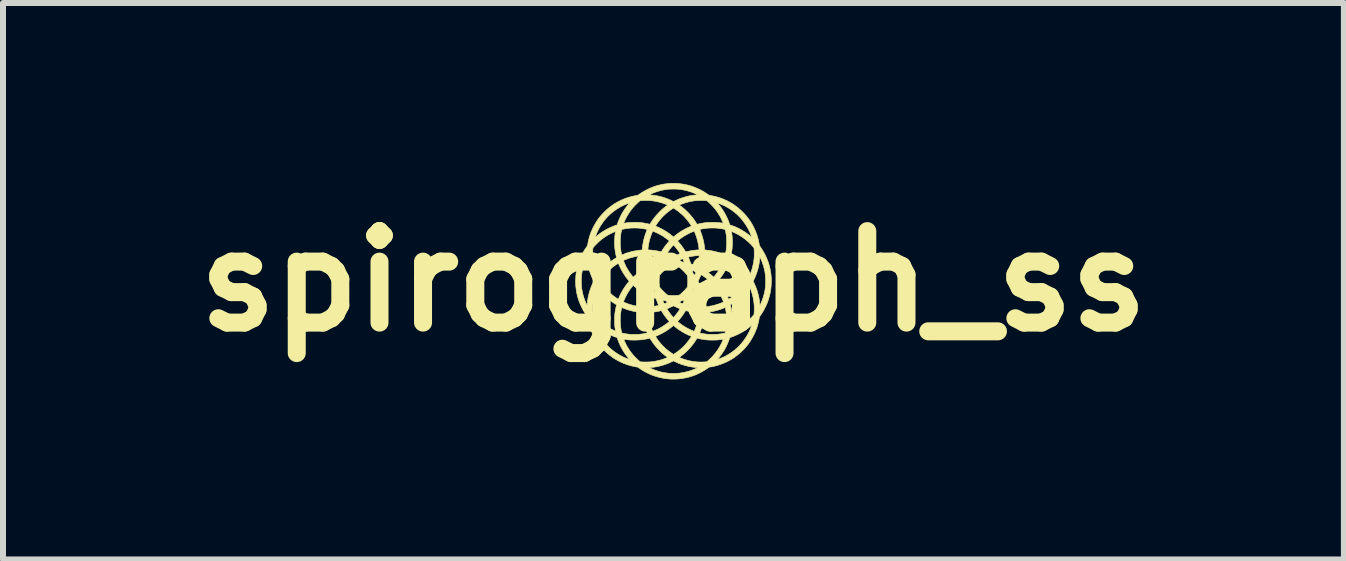
<source format=kicad_pcb>
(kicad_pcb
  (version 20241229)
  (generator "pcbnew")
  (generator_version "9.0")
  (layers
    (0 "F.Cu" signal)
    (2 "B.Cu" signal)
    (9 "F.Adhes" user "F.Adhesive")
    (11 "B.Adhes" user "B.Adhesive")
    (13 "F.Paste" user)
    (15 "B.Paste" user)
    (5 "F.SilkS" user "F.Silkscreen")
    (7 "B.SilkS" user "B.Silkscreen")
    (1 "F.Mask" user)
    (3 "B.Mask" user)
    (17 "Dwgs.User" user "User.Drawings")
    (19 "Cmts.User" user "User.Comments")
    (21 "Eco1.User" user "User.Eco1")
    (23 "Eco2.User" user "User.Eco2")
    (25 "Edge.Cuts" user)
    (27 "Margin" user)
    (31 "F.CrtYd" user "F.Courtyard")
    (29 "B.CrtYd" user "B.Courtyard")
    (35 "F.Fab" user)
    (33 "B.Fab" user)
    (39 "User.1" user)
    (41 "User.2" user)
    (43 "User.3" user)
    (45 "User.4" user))
  (footprint "spirograph_ss"
    (layer "F.Cu")
    (at 8.172 1.636)
    (property "Reference" "spirograph_ss" (at 0 0 0) (layer "F.SilkS") (effects (font (size 1.524 1.524) (thickness 0.3))))
    (attr through_hole)
    (fp_poly (pts (xy 0.046 -1.63) (xy 0.109 -1.625) (xy 0.172 -1.616) (xy 0.233 -1.603) (xy 0.266 -1.595) (xy 0.325 -1.576) (xy 0.383 -1.553) (xy 0.44 -1.527) (xy 0.495 -1.497) (xy 0.548 -1.464) (xy 0.582 -1.44) (xy 0.591 -1.435) (xy 0.598 -1.432) (xy 0.606 -1.43) (xy 0.607 -1.43) (xy 0.613 -1.429) (xy 0.623 -1.427) (xy 0.634 -1.425) (xy 0.647 -1.423) (xy 0.651 -1.422) (xy 0.712 -1.408) (xy 0.773 -1.39) (xy 0.832 -1.368) (xy 0.89 -1.342) (xy 0.945 -1.313) (xy 0.979 -1.293) (xy 0.987 -1.288) (xy 0.993 -1.284) (xy 0.997 -1.282) (xy 0.999 -1.282) (xy 1 -1.281) (xy 1 -1.281) (xy 1.002 -1.28) (xy 1.006 -1.276) (xy 1.012 -1.271) (xy 1.021 -1.265) (xy 1.026 -1.261) (xy 1.078 -1.221) (xy 1.127 -1.178) (xy 1.173 -1.133) (xy 1.216 -1.085) (xy 1.255 -1.034) (xy 1.28 -0.999) (xy 1.313 -0.945) (xy 1.342 -0.889) (xy 1.368 -0.831) (xy 1.391 -0.77) (xy 1.409 -0.708) (xy 1.41 -0.707) (xy 1.413 -0.694) (xy 1.416 -0.679) (xy 1.42 -0.663) (xy 1.423 -0.647) (xy 1.426 -0.632) (xy 1.428 -0.618) (xy 1.43 -0.608) (xy 1.43 -0.607) (xy 1.431 -0.599) (xy 1.434 -0.592) (xy 1.439 -0.585) (xy 1.441 -0.582) (xy 1.472 -0.536) (xy 1.502 -0.487) (xy 1.529 -0.436) (xy 1.553 -0.384) (xy 1.574 -0.331) (xy 1.583 -0.305) (xy 1.601 -0.244) (xy 1.614 -0.182) (xy 1.624 -0.119) (xy 1.63 -0.056) (xy 1.631 0.008) (xy 1.628 0.072) (xy 1.622 0.135) (xy 1.612 0.194) (xy 1.597 0.255) (xy 1.579 0.316) (xy 1.557 0.376) (xy 1.53 0.433) (xy 1.501 0.489) (xy 1.468 0.543) (xy 1.441 0.582) (xy 1.435 0.59) (xy 1.432 0.597) (xy 1.43 0.604) (xy 1.43 0.607) (xy 1.429 0.613) (xy 1.427 0.623) (xy 1.425 0.634) (xy 1.423 0.647) (xy 1.422 0.651) (xy 1.408 0.713) (xy 1.39 0.774) (xy 1.367 0.833) (xy 1.341 0.891) (xy 1.311 0.947) (xy 1.278 1.002) (xy 1.241 1.054) (xy 1.221 1.079) (xy 1.212 1.09) (xy 1.204 1.099) (xy 1.196 1.108) (xy 1.188 1.117) (xy 1.179 1.127) (xy 1.168 1.138) (xy 1.16 1.146) (xy 1.134 1.172) (xy 1.109 1.195) (xy 1.085 1.216) (xy 1.058 1.237) (xy 1.03 1.258) (xy 1.026 1.261) (xy 1.017 1.268) (xy 1.009 1.273) (xy 1.004 1.278) (xy 1.001 1.28) (xy 1 1.281) (xy 1 1.282) (xy 0.999 1.282) (xy 0.996 1.283) (xy 0.99 1.286) (xy 0.983 1.29) (xy 0.979 1.293) (xy 0.925 1.324) (xy 0.868 1.352) (xy 0.81 1.376) (xy 0.75 1.397) (xy 0.689 1.414) (xy 0.651 1.422) (xy 0.639 1.425) (xy 0.627 1.427) (xy 0.616 1.428) (xy 0.609 1.43) (xy 0.607 1.43) (xy 0.599 1.431) (xy 0.591 1.434) (xy 0.583 1.44) (xy 0.582 1.44) (xy 0.534 1.473) (xy 0.483 1.504) (xy 0.43 1.532) (xy 0.376 1.557) (xy 0.321 1.578) (xy 0.316 1.579) (xy 0.255 1.598) (xy 0.193 1.612) (xy 0.129 1.623) (xy 0.065 1.629) (xy 0.001 1.631) (xy -0.056 1.63) (xy -0.12 1.624) (xy -0.183 1.614) (xy -0.245 1.6) (xy -0.306 1.582) (xy -0.366 1.561) (xy -0.424 1.535) (xy -0.481 1.506) (xy -0.535 1.473) (xy -0.582 1.44) (xy -0.583 1.44) (xy -0.403 1.44) (xy -0.386 1.448) (xy -0.361 1.46) (xy -0.332 1.472) (xy -0.302 1.484) (xy -0.271 1.494) (xy -0.24 1.504) (xy -0.217 1.51) (xy -0.197 1.515) (xy -0.177 1.519) (xy -0.158 1.523) (xy -0.138 1.526) (xy -0.116 1.529) (xy -0.092 1.532) (xy -0.064 1.535) (xy -0.058 1.535) (xy -0.051 1.536) (xy -0.039 1.536) (xy -0.026 1.536) (xy -0.01 1.536) (xy 0.008 1.536) (xy 0.026 1.535) (xy 0.043 1.535) (xy 0.06 1.534) (xy 0.075 1.533) (xy 0.088 1.533) (xy 0.098 1.532) (xy 0.099 1.532) (xy 0.15 1.524) (xy 0.2 1.514) (xy 0.249 1.501) (xy 0.297 1.486) (xy 0.342 1.469) (xy 0.384 1.45) (xy 0.386 1.448) (xy 0.403 1.44) (xy 0.384 1.438) (xy 0.321 1.431) (xy 0.257 1.42) (xy 0.195 1.405) (xy 0.134 1.386) (xy 0.075 1.363) (xy 0.029 1.342) (xy 0 1.328) (xy -0.029 1.342) (xy -0.087 1.368) (xy -0.147 1.39) (xy -0.208 1.408) (xy -0.27 1.423) (xy -0.333 1.433) (xy -0.384 1.438) (xy -0.403 1.44) (xy -0.583 1.44) (xy -0.591 1.435) (xy -0.598 1.432) (xy -0.606 1.43) (xy -0.607 1.43) (xy -0.613 1.429) (xy -0.623 1.427) (xy -0.634 1.425) (xy -0.647 1.423) (xy -0.651 1.422) (xy -0.712 1.408) (xy -0.773 1.39) (xy -0.832 1.368) (xy -0.89 1.342) (xy -0.945 1.313) (xy -0.979 1.293) (xy -0.987 1.288) (xy -0.993 1.284) (xy -0.997 1.282) (xy -0.999 1.282) (xy -1 1.281) (xy -1 1.281) (xy -1.002 1.28) (xy -1.006 1.276) (xy -1.012 1.271) (xy -1.021 1.265) (xy -1.026 1.261) (xy -1.078 1.221) (xy -1.127 1.178) (xy -1.173 1.133) (xy -1.216 1.085) (xy -1.255 1.034) (xy -1.28 0.999) (xy -1.313 0.945) (xy -1.342 0.889) (xy -1.368 0.831) (xy -1.391 0.77) (xy -1.401 0.735) (xy -1.303 0.735) (xy -1.303 0.736) (xy -1.302 0.739) (xy -1.299 0.746) (xy -1.296 0.754) (xy -1.294 0.76) (xy -1.273 0.815) (xy -1.248 0.867) (xy -1.219 0.918) (xy -1.187 0.967) (xy -1.151 1.014) (xy -1.113 1.059) (xy -1.072 1.101) (xy -1.028 1.14) (xy -0.981 1.177) (xy -0.932 1.21) (xy -0.881 1.24) (xy -0.828 1.267) (xy -0.797 1.28) (xy -0.789 1.283) (xy -0.779 1.287) (xy -0.768 1.291) (xy -0.758 1.295) (xy -0.748 1.299) (xy -0.74 1.301) (xy -0.735 1.303) (xy -0.733 1.304) (xy -0.734 1.302) (xy -0.737 1.298) (xy -0.742 1.292) (xy -0.748 1.285) (xy -0.749 1.284) (xy -0.788 1.235) (xy -0.824 1.184) (xy -0.856 1.131) (xy -0.885 1.075) (xy -0.911 1.017) (xy -0.926 0.977) (xy -0.93 0.967) (xy -0.93 0.966) (xy -0.829 0.966) (xy -0.829 0.968) (xy -0.827 0.973) (xy -0.823 0.981) (xy -0.819 0.991) (xy -0.815 1.002) (xy -0.809 1.013) (xy -0.804 1.024) (xy -0.799 1.035) (xy -0.795 1.044) (xy -0.788 1.058) (xy -0.781 1.072) (xy -0.774 1.085) (xy -0.767 1.096) (xy -0.761 1.106) (xy -0.756 1.113) (xy -0.753 1.117) (xy -0.751 1.118) (xy -0.75 1.118) (xy -0.75 1.119) (xy -0.75 1.122) (xy -0.747 1.128) (xy -0.742 1.136) (xy -0.735 1.146) (xy -0.727 1.158) (xy -0.718 1.171) (xy -0.708 1.184) (xy -0.697 1.198) (xy -0.686 1.212) (xy -0.676 1.225) (xy -0.67 1.231) (xy -0.661 1.241) (xy -0.649 1.254) (xy -0.636 1.267) (xy -0.622 1.281) (xy -0.608 1.295) (xy -0.595 1.308) (xy -0.583 1.319) (xy -0.572 1.328) (xy -0.57 1.33) (xy -0.555 1.342) (xy -0.534 1.344) (xy -0.522 1.345) (xy -0.507 1.345) (xy -0.489 1.346) (xy -0.47 1.346) (xy -0.451 1.346) (xy -0.432 1.346) (xy -0.415 1.345) (xy -0.399 1.345) (xy -0.388 1.344) (xy -0.327 1.337) (xy -0.266 1.325) (xy -0.206 1.31) (xy -0.148 1.29) (xy -0.127 1.282) (xy -0.117 1.278) (xy -0.109 1.275) (xy -0.102 1.272) (xy -0.099 1.27) (xy -0.099 1.27) (xy -0.099 1.27) (xy 0.099 1.27) (xy 0.099 1.27) (xy 0.102 1.272) (xy 0.108 1.275) (xy 0.117 1.278) (xy 0.127 1.282) (xy 0.139 1.287) (xy 0.151 1.292) (xy 0.163 1.296) (xy 0.175 1.3) (xy 0.179 1.301) (xy 0.227 1.316) (xy 0.277 1.328) (xy 0.327 1.337) (xy 0.377 1.343) (xy 0.385 1.344) (xy 0.397 1.345) (xy 0.412 1.345) (xy 0.43 1.346) (xy 0.448 1.346) (xy 0.468 1.346) (xy 0.486 1.346) (xy 0.504 1.345) (xy 0.519 1.345) (xy 0.53 1.344) (xy 0.53 1.344) (xy 0.555 1.342) (xy 0.57 1.33) (xy 0.58 1.321) (xy 0.592 1.311) (xy 0.599 1.304) (xy 0.732 1.304) (xy 0.741 1.301) (xy 0.749 1.298) (xy 0.757 1.295) (xy 0.762 1.294) (xy 0.816 1.272) (xy 0.869 1.247) (xy 0.921 1.217) (xy 0.97 1.185) (xy 1.017 1.149) (xy 1.062 1.11) (xy 1.105 1.068) (xy 1.144 1.023) (xy 1.18 0.976) (xy 1.213 0.927) (xy 1.233 0.893) (xy 1.249 0.864) (xy 1.264 0.834) (xy 1.278 0.803) (xy 1.29 0.773) (xy 1.295 0.757) (xy 1.298 0.748) (xy 1.301 0.741) (xy 1.303 0.736) (xy 1.303 0.736) (xy 1.302 0.735) (xy 1.299 0.737) (xy 1.293 0.742) (xy 1.286 0.748) (xy 1.284 0.749) (xy 1.234 0.789) (xy 1.182 0.825) (xy 1.128 0.858) (xy 1.071 0.887) (xy 1.011 0.913) (xy 0.982 0.924) (xy 0.971 0.928) (xy 0.96 0.932) (xy 0.952 0.935) (xy 0.946 0.936) (xy 0.944 0.937) (xy 0.939 0.939) (xy 0.937 0.944) (xy 0.936 0.948) (xy 0.934 0.955) (xy 0.93 0.965) (xy 0.927 0.975) (xy 0.926 0.977) (xy 0.902 1.037) (xy 0.876 1.094) (xy 0.846 1.149) (xy 0.812 1.201) (xy 0.775 1.252) (xy 0.749 1.284) (xy 0.732 1.304) (xy 0.599 1.304) (xy 0.605 1.298) (xy 0.619 1.285) (xy 0.633 1.271) (xy 0.646 1.257) (xy 0.658 1.245) (xy 0.668 1.233) (xy 0.67 1.231) (xy 0.681 1.218) (xy 0.692 1.205) (xy 0.703 1.191) (xy 0.713 1.177) (xy 0.723 1.164) (xy 0.732 1.152) (xy 0.739 1.141) (xy 0.745 1.132) (xy 0.749 1.125) (xy 0.75 1.12) (xy 0.75 1.119) (xy 0.75 1.118) (xy 0.751 1.118) (xy 0.753 1.117) (xy 0.756 1.113) (xy 0.761 1.105) (xy 0.767 1.096) (xy 0.774 1.084) (xy 0.781 1.071) (xy 0.788 1.057) (xy 0.795 1.044) (xy 0.8 1.034) (xy 0.805 1.024) (xy 0.81 1.012) (xy 0.815 1.001) (xy 0.82 0.99) (xy 0.824 0.981) (xy 0.827 0.973) (xy 0.829 0.968) (xy 0.829 0.966) (xy 0.827 0.966) (xy 0.821 0.967) (xy 0.813 0.968) (xy 0.803 0.97) (xy 0.798 0.971) (xy 0.776 0.974) (xy 0.755 0.976) (xy 0.735 0.978) (xy 0.714 0.98) (xy 0.691 0.98) (xy 0.667 0.981) (xy 0.646 0.981) (xy 0.618 0.981) (xy 0.594 0.98) (xy 0.572 0.979) (xy 0.55 0.977) (xy 0.529 0.975) (xy 0.506 0.972) (xy 0.491 0.969) (xy 0.48 0.967) (xy 0.466 0.965) (xy 0.451 0.962) (xy 0.435 0.958) (xy 0.42 0.955) (xy 0.407 0.952) (xy 0.397 0.949) (xy 0.395 0.949) (xy 0.392 0.951) (xy 0.389 0.955) (xy 0.385 0.961) (xy 0.379 0.971) (xy 0.352 1.013) (xy 0.322 1.055) (xy 0.288 1.096) (xy 0.253 1.135) (xy 0.215 1.173) (xy 0.176 1.208) (xy 0.136 1.24) (xy 0.111 1.259) (xy 0.104 1.264) (xy 0.1 1.268) (xy 0.099 1.27) (xy -0.099 1.27) (xy -0.1 1.268) (xy -0.103 1.265) (xy -0.109 1.26) (xy -0.111 1.259) (xy -0.15 1.23) (xy -0.19 1.196) (xy -0.228 1.16) (xy -0.265 1.122) (xy -0.3 1.081) (xy -0.333 1.04) (xy -0.362 0.998) (xy -0.379 0.971) (xy -0.385 0.961) (xy -0.389 0.955) (xy -0.392 0.951) (xy -0.395 0.949) (xy -0.397 0.949) (xy -0.444 0.961) (xy -0.491 0.969) (xy -0.538 0.976) (xy -0.586 0.979) (xy -0.636 0.981) (xy -0.646 0.981) (xy -0.673 0.981) (xy -0.697 0.98) (xy -0.719 0.979) (xy -0.74 0.978) (xy -0.76 0.976) (xy -0.781 0.973) (xy -0.798 0.971) (xy -0.809 0.969) (xy -0.818 0.968) (xy -0.825 0.967) (xy -0.829 0.966) (xy -0.829 0.966) (xy -0.93 0.966) (xy -0.933 0.957) (xy -0.935 0.949) (xy -0.937 0.945) (xy -0.937 0.944) (xy -0.939 0.939) (xy -0.944 0.937) (xy -0.948 0.936) (xy -0.955 0.933) (xy -0.965 0.93) (xy -0.976 0.926) (xy -0.982 0.924) (xy -0.993 0.92) (xy -0.298 0.92) (xy -0.297 0.922) (xy -0.294 0.928) (xy -0.289 0.936) (xy -0.283 0.945) (xy -0.276 0.956) (xy -0.268 0.967) (xy -0.261 0.978) (xy -0.255 0.987) (xy -0.217 1.034) (xy -0.176 1.079) (xy -0.133 1.121) (xy -0.086 1.159) (xy -0.036 1.195) (xy -0.033 1.197) (xy -0.023 1.204) (xy -0.014 1.21) (xy -0.007 1.215) (xy -0.002 1.218) (xy -0.000225 1.219) (xy 0.002 1.218) (xy 0.007 1.215) (xy 0.014 1.21) (xy 0.023 1.204) (xy 0.033 1.197) (xy 0.034 1.197) (xy 0.046 1.188) (xy 0.06 1.179) (xy 0.074 1.169) (xy 0.085 1.16) (xy 0.091 1.156) (xy 0.1 1.148) (xy 0.111 1.139) (xy 0.123 1.129) (xy 0.135 1.118) (xy 0.146 1.108) (xy 0.157 1.098) (xy 0.166 1.09) (xy 0.172 1.083) (xy 0.175 1.08) (xy 0.179 1.076) (xy 0.185 1.07) (xy 0.191 1.063) (xy 0.194 1.059) (xy 0.213 1.039) (xy 0.232 1.015) (xy 0.252 0.99) (xy 0.27 0.965) (xy 0.285 0.943) (xy 0.29 0.935) (xy 0.295 0.928) (xy 0.298 0.922) (xy 0.299 0.92) (xy 0.299 0.92) (xy 0.297 0.919) (xy 0.292 0.916) (xy 0.285 0.913) (xy 0.276 0.909) (xy 0.275 0.908) (xy 0.233 0.89) (xy 0.19 0.868) (xy 0.18 0.862) (xy 0.438 0.862) (xy 0.438 0.862) (xy 0.441 0.864) (xy 0.448 0.865) (xy 0.457 0.867) (xy 0.469 0.87) (xy 0.483 0.872) (xy 0.498 0.874) (xy 0.513 0.877) (xy 0.529 0.879) (xy 0.543 0.881) (xy 0.557 0.883) (xy 0.568 0.884) (xy 0.572 0.885) (xy 0.583 0.885) (xy 0.597 0.886) (xy 0.614 0.886) (xy 0.633 0.886) (xy 0.652 0.887) (xy 0.671 0.886) (xy 0.689 0.886) (xy 0.705 0.886) (xy 0.718 0.885) (xy 0.723 0.885) (xy 0.738 0.883) (xy 0.755 0.881) (xy 0.772 0.879) (xy 0.789 0.876) (xy 0.806 0.874) (xy 0.821 0.871) (xy 0.835 0.868) (xy 0.846 0.866) (xy 0.855 0.863) (xy 0.86 0.861) (xy 0.861 0.861) (xy 0.862 0.858) (xy 0.864 0.851) (xy 0.867 0.841) (xy 0.869 0.829) (xy 0.872 0.815) (xy 0.875 0.801) (xy 0.877 0.785) (xy 0.88 0.77) (xy 0.881 0.762) (xy 0.883 0.743) (xy 0.884 0.721) (xy 0.886 0.697) (xy 0.886 0.672) (xy 0.887 0.646) (xy 0.886 0.621) (xy 0.886 0.597) (xy 0.885 0.576) (xy 0.884 0.568) (xy 0.882 0.553) (xy 0.88 0.536) (xy 0.878 0.52) (xy 0.875 0.503) (xy 0.873 0.488) (xy 0.87 0.473) (xy 0.868 0.461) (xy 0.866 0.45) (xy 0.863 0.443) (xy 0.862 0.439) (xy 0.861 0.438) (xy 0.859 0.439) (xy 0.853 0.441) (xy 0.845 0.444) (xy 0.835 0.448) (xy 0.834 0.449) (xy 0.782 0.469) (xy 0.727 0.486) (xy 0.67 0.5) (xy 0.613 0.51) (xy 0.564 0.517) (xy 0.521 0.522) (xy 0.518 0.557) (xy 0.51 0.616) (xy 0.499 0.674) (xy 0.485 0.73) (xy 0.466 0.787) (xy 0.453 0.824) (xy 0.448 0.836) (xy 0.444 0.846) (xy 0.441 0.854) (xy 0.439 0.86) (xy 0.438 0.862) (xy 0.18 0.862) (xy 0.149 0.845) (xy 0.11 0.82) (xy 0.107 0.819) (xy 0.09 0.807) (xy 0.072 0.795) (xy 0.055 0.782) (xy 0.04 0.77) (xy 0.026 0.759) (xy 0.015 0.75) (xy 0.013 0.748) (xy 0.007 0.743) (xy 0.002 0.74) (xy 0 0.739) (xy -0.003 0.74) (xy -0.008 0.744) (xy -0.013 0.748) (xy -0.023 0.757) (xy -0.036 0.767) (xy -0.051 0.779) (xy -0.067 0.791) (xy -0.085 0.803) (xy -0.102 0.815) (xy -0.107 0.819) (xy -0.144 0.842) (xy -0.185 0.865) (xy -0.226 0.886) (xy -0.267 0.905) (xy -0.274 0.908) (xy -0.283 0.912) (xy -0.291 0.915) (xy -0.296 0.918) (xy -0.298 0.92) (xy -0.993 0.92) (xy -1.042 0.9) (xy -1.101 0.872) (xy -1.156 0.841) (xy -1.21 0.807) (xy -1.26 0.769) (xy -1.284 0.749) (xy -1.291 0.743) (xy -1.297 0.738) (xy -1.301 0.736) (xy -1.303 0.735) (xy -1.401 0.735) (xy -1.409 0.708) (xy -1.41 0.707) (xy -1.413 0.694) (xy -1.416 0.679) (xy -1.42 0.663) (xy -1.423 0.647) (xy -1.426 0.632) (xy -1.428 0.618) (xy -1.43 0.608) (xy -1.43 0.607) (xy -1.431 0.599) (xy -1.434 0.592) (xy -1.439 0.585) (xy -1.441 0.582) (xy -1.475 0.532) (xy -1.506 0.48) (xy -1.516 0.46) (xy -1.346 0.46) (xy -1.346 0.481) (xy -1.346 0.5) (xy -1.345 0.517) (xy -1.344 0.53) (xy -1.342 0.555) (xy -1.33 0.57) (xy -1.321 0.58) (xy -1.31 0.592) (xy -1.298 0.606) (xy -1.284 0.62) (xy -1.27 0.634) (xy -1.256 0.647) (xy -1.243 0.659) (xy -1.232 0.669) (xy -1.184 0.708) (xy -1.135 0.743) (xy -1.085 0.773) (xy -1.045 0.794) (xy -1.036 0.799) (xy -1.026 0.804) (xy -1.014 0.809) (xy -1.003 0.814) (xy -0.992 0.819) (xy -0.982 0.823) (xy -0.974 0.826) (xy -0.968 0.828) (xy -0.966 0.829) (xy -0.966 0.829) (xy -0.966 0.827) (xy -0.967 0.822) (xy -0.968 0.814) (xy -0.97 0.804) (xy -0.973 0.783) (xy -0.976 0.763) (xy -0.978 0.745) (xy -0.979 0.725) (xy -0.98 0.705) (xy -0.981 0.682) (xy -0.981 0.657) (xy -0.981 0.65) (xy -0.981 0.635) (xy -0.887 0.635) (xy -0.887 0.661) (xy -0.886 0.686) (xy -0.885 0.711) (xy -0.883 0.734) (xy -0.882 0.754) (xy -0.881 0.762) (xy -0.878 0.777) (xy -0.876 0.792) (xy -0.873 0.808) (xy -0.871 0.822) (xy -0.868 0.835) (xy -0.865 0.846) (xy -0.863 0.855) (xy -0.862 0.86) (xy -0.861 0.861) (xy -0.857 0.862) (xy -0.85 0.865) (xy -0.84 0.867) (xy -0.828 0.87) (xy -0.813 0.872) (xy -0.797 0.875) (xy -0.781 0.878) (xy -0.764 0.88) (xy -0.748 0.882) (xy -0.733 0.884) (xy -0.726 0.885) (xy -0.715 0.885) (xy -0.7 0.886) (xy -0.683 0.886) (xy -0.664 0.886) (xy -0.645 0.887) (xy -0.626 0.886) (xy -0.608 0.886) (xy -0.592 0.886) (xy -0.579 0.885) (xy -0.575 0.885) (xy -0.563 0.883) (xy -0.549 0.882) (xy -0.534 0.88) (xy -0.518 0.878) (xy -0.502 0.875) (xy -0.487 0.873) (xy -0.473 0.87) (xy -0.46 0.868) (xy -0.45 0.866) (xy -0.443 0.864) (xy -0.439 0.863) (xy -0.438 0.862) (xy -0.439 0.86) (xy -0.441 0.855) (xy -0.444 0.847) (xy -0.448 0.837) (xy -0.452 0.825) (xy -0.453 0.824) (xy -0.473 0.769) (xy -0.489 0.715) (xy -0.502 0.661) (xy -0.512 0.606) (xy -0.519 0.548) (xy -0.519 0.548) (xy -0.521 0.523) (xy -0.426 0.523) (xy -0.425 0.541) (xy -0.421 0.572) (xy -0.416 0.606) (xy -0.409 0.641) (xy -0.401 0.677) (xy -0.392 0.712) (xy -0.385 0.734) (xy -0.38 0.748) (xy -0.375 0.763) (xy -0.37 0.777) (xy -0.364 0.791) (xy -0.359 0.804) (xy -0.354 0.815) (xy -0.35 0.825) (xy -0.347 0.831) (xy -0.344 0.834) (xy -0.344 0.834) (xy -0.342 0.833) (xy -0.337 0.831) (xy -0.329 0.828) (xy -0.32 0.824) (xy -0.317 0.823) (xy -0.26 0.798) (xy -0.206 0.769) (xy -0.154 0.736) (xy -0.105 0.701) (xy -0.082 0.683) (xy -0.067 0.671) (xy 0.067 0.671) (xy 0.082 0.683) (xy 0.125 0.716) (xy 0.17 0.747) (xy 0.217 0.775) (xy 0.259 0.797) (xy 0.271 0.803) (xy 0.284 0.809) (xy 0.297 0.815) (xy 0.31 0.82) (xy 0.321 0.825) (xy 0.331 0.829) (xy 0.338 0.832) (xy 0.343 0.833) (xy 0.344 0.833) (xy 0.346 0.831) (xy 0.349 0.827) (xy 0.35 0.825) (xy 0.353 0.819) (xy 0.357 0.809) (xy 0.362 0.797) (xy 0.367 0.784) (xy 0.372 0.77) (xy 0.377 0.757) (xy 0.381 0.745) (xy 0.385 0.735) (xy 0.385 0.734) (xy 0.396 0.696) (xy 0.406 0.657) (xy 0.414 0.619) (xy 0.42 0.581) (xy 0.424 0.546) (xy 0.425 0.542) (xy 0.426 0.523) (xy 0.412 0.522) (xy 0.404 0.521) (xy 0.393 0.52) (xy 0.382 0.52) (xy 0.38 0.52) (xy 0.364 0.518) (xy 0.345 0.516) (xy 0.325 0.513) (xy 0.304 0.51) (xy 0.282 0.507) (xy 0.262 0.503) (xy 0.244 0.499) (xy 0.228 0.496) (xy 0.215 0.492) (xy 0.215 0.492) (xy 0.209 0.491) (xy 0.204 0.49) (xy 0.203 0.49) (xy 0.201 0.492) (xy 0.198 0.497) (xy 0.194 0.504) (xy 0.19 0.51) (xy 0.172 0.539) (xy 0.152 0.568) (xy 0.13 0.598) (xy 0.108 0.625) (xy 0.087 0.65) (xy 0.079 0.659) (xy 0.067 0.671) (xy -0.067 0.671) (xy -0.079 0.659) (xy -0.1 0.635) (xy -0.122 0.608) (xy -0.143 0.58) (xy -0.164 0.55) (xy -0.183 0.521) (xy -0.19 0.51) (xy -0.195 0.502) (xy -0.199 0.495) (xy -0.202 0.491) (xy -0.203 0.49) (xy -0.206 0.49) (xy -0.211 0.491) (xy -0.215 0.492) (xy -0.228 0.496) (xy -0.243 0.499) (xy -0.262 0.503) (xy -0.282 0.507) (xy -0.303 0.51) (xy -0.324 0.513) (xy -0.345 0.516) (xy -0.364 0.518) (xy -0.38 0.52) (xy -0.38 0.52) (xy -0.391 0.52) (xy -0.402 0.521) (xy -0.411 0.522) (xy -0.413 0.522) (xy -0.426 0.523) (xy -0.521 0.523) (xy -0.521 0.522) (xy -0.564 0.517) (xy -0.622 0.509) (xy -0.68 0.498) (xy -0.736 0.483) (xy -0.79 0.466) (xy -0.8 0.462) (xy -0.108 0.462) (xy -0.107 0.465) (xy -0.103 0.471) (xy -0.098 0.48) (xy -0.091 0.49) (xy -0.083 0.501) (xy -0.075 0.512) (xy -0.067 0.524) (xy -0.059 0.534) (xy -0.052 0.544) (xy -0.048 0.549) (xy -0.038 0.562) (xy -0.028 0.573) (xy -0.019 0.584) (xy -0.012 0.592) (xy -0.006 0.598) (xy -0.002 0.602) (xy 0 0.603) (xy 0.002 0.602) (xy 0.006 0.598) (xy 0.012 0.592) (xy 0.015 0.588) (xy 0.039 0.56) (xy 0.063 0.529) (xy 0.085 0.499) (xy 0.087 0.495) (xy 0.094 0.485) (xy 0.1 0.476) (xy 0.104 0.469) (xy 0.107 0.464) (xy 0.108 0.462) (xy 0.107 0.46) (xy 0.101 0.457) (xy 0.093 0.453) (xy 0.084 0.449) (xy 0.072 0.444) (xy 0.058 0.437) (xy 0.043 0.431) (xy 0.03 0.425) (xy 0.029 0.424) (xy 0.000061 0.41) (xy -0.03 0.424) (xy -0.043 0.431) (xy -0.057 0.437) (xy -0.071 0.443) (xy -0.083 0.448) (xy -0.085 0.449) (xy -0.095 0.454) (xy -0.103 0.458) (xy -0.108 0.461) (xy -0.108 0.462) (xy -0.8 0.462) (xy -0.834 0.449) (xy -0.843 0.445) (xy -0.852 0.442) (xy -0.858 0.439) (xy -0.861 0.438) (xy -0.861 0.438) (xy -0.863 0.44) (xy -0.864 0.446) (xy -0.867 0.455) (xy -0.869 0.466) (xy -0.871 0.48) (xy -0.874 0.495) (xy -0.877 0.511) (xy -0.879 0.527) (xy -0.881 0.544) (xy -0.883 0.56) (xy -0.884 0.568) (xy -0.885 0.588) (xy -0.886 0.61) (xy -0.887 0.635) (xy -0.981 0.635) (xy -0.981 0.622) (xy -0.98 0.598) (xy -0.979 0.576) (xy -0.978 0.556) (xy -0.976 0.535) (xy -0.973 0.514) (xy -0.969 0.492) (xy -0.968 0.485) (xy -0.965 0.47) (xy -0.962 0.453) (xy -0.958 0.435) (xy -0.957 0.428) (xy -0.428 0.428) (xy -0.418 0.428) (xy -0.411 0.427) (xy -0.402 0.427) (xy -0.391 0.426) (xy -0.383 0.425) (xy -0.362 0.423) (xy -0.339 0.42) (xy -0.316 0.417) (xy -0.294 0.413) (xy -0.283 0.411) (xy -0.273 0.409) (xy -0.264 0.407) (xy -0.257 0.405) (xy -0.255 0.405) (xy -0.25 0.404) (xy -0.248 0.403) (xy -0.248 0.403) (xy 0.248 0.403) (xy 0.249 0.404) (xy 0.254 0.405) (xy 0.255 0.405) (xy 0.259 0.406) (xy 0.267 0.407) (xy 0.277 0.409) (xy 0.287 0.411) (xy 0.31 0.416) (xy 0.335 0.42) (xy 0.359 0.423) (xy 0.382 0.425) (xy 0.402 0.427) (xy 0.414 0.427) (xy 0.428 0.428) (xy 0.427 0.403) (xy 0.425 0.378) (xy 0.422 0.35) (xy 0.418 0.322) (xy 0.413 0.294) (xy 0.411 0.281) (xy 0.408 0.27) (xy 0.406 0.26) (xy 0.405 0.253) (xy 0.404 0.249) (xy 0.403 0.248) (xy 0.401 0.249) (xy 0.396 0.25) (xy 0.388 0.253) (xy 0.377 0.257) (xy 0.365 0.262) (xy 0.363 0.263) (xy 0.349 0.268) (xy 0.336 0.273) (xy 0.325 0.278) (xy 0.315 0.281) (xy 0.308 0.284) (xy 0.308 0.284) (xy 0.3 0.286) (xy 0.294 0.289) (xy 0.291 0.291) (xy 0.291 0.291) (xy 0.289 0.294) (xy 0.287 0.3) (xy 0.284 0.308) (xy 0.283 0.311) (xy 0.28 0.319) (xy 0.276 0.33) (xy 0.271 0.343) (xy 0.266 0.356) (xy 0.262 0.366) (xy 0.258 0.377) (xy 0.254 0.387) (xy 0.25 0.395) (xy 0.248 0.401) (xy 0.248 0.403) (xy -0.248 0.403) (xy -0.248 0.401) (xy -0.25 0.395) (xy -0.254 0.387) (xy -0.258 0.377) (xy -0.262 0.366) (xy -0.267 0.352) (xy -0.272 0.339) (xy -0.277 0.327) (xy -0.279 0.32) (xy -0.179 0.32) (xy -0.178 0.323) (xy -0.178 0.323) (xy -0.175 0.329) (xy -0.172 0.337) (xy -0.168 0.345) (xy -0.165 0.354) (xy -0.161 0.363) (xy -0.158 0.369) (xy -0.156 0.373) (xy -0.155 0.375) (xy -0.153 0.374) (xy -0.148 0.372) (xy -0.141 0.37) (xy -0.138 0.369) (xy -0.128 0.365) (xy -0.118 0.36) (xy -0.109 0.357) (xy -0.109 0.357) (xy -0.102 0.353) (xy -0.099 0.351) (xy -0.099 0.35) (xy 0.099 0.35) (xy 0.099 0.351) (xy 0.103 0.354) (xy 0.109 0.357) (xy 0.116 0.36) (xy 0.124 0.363) (xy 0.133 0.367) (xy 0.142 0.37) (xy 0.149 0.373) (xy 0.153 0.374) (xy 0.155 0.375) (xy 0.156 0.373) (xy 0.159 0.368) (xy 0.162 0.361) (xy 0.166 0.352) (xy 0.171 0.34) (xy 0.175 0.331) (xy 0.177 0.324) (xy 0.178 0.321) (xy 0.179 0.319) (xy 0.178 0.318) (xy 0.177 0.318) (xy 0.176 0.318) (xy 0.173 0.318) (xy 0.166 0.319) (xy 0.157 0.32) (xy 0.154 0.321) (xy 0.144 0.323) (xy 0.136 0.325) (xy 0.129 0.328) (xy 0.121 0.333) (xy 0.112 0.34) (xy 0.11 0.342) (xy 0.105 0.346) (xy 0.1 0.348) (xy 0.099 0.35) (xy -0.099 0.35) (xy -0.099 0.35) (xy -0.1 0.348) (xy -0.105 0.345) (xy -0.11 0.342) (xy -0.12 0.334) (xy -0.128 0.329) (xy -0.135 0.325) (xy -0.142 0.323) (xy -0.151 0.321) (xy -0.154 0.321) (xy -0.164 0.319) (xy -0.172 0.318) (xy -0.176 0.318) (xy -0.178 0.318) (xy -0.179 0.32) (xy -0.279 0.32) (xy -0.281 0.317) (xy -0.283 0.311) (xy -0.285 0.303) (xy -0.288 0.296) (xy -0.29 0.292) (xy -0.291 0.291) (xy -0.294 0.289) (xy -0.3 0.287) (xy -0.307 0.284) (xy -0.308 0.284) (xy -0.315 0.281) (xy -0.324 0.278) (xy -0.336 0.273) (xy -0.349 0.268) (xy -0.362 0.263) (xy -0.363 0.263) (xy -0.375 0.258) (xy -0.385 0.254) (xy -0.394 0.251) (xy -0.4 0.249) (xy -0.403 0.248) (xy -0.403 0.248) (xy -0.404 0.251) (xy -0.405 0.256) (xy -0.407 0.265) (xy -0.409 0.276) (xy -0.412 0.288) (xy -0.414 0.3) (xy -0.416 0.312) (xy -0.418 0.324) (xy -0.419 0.33) (xy -0.421 0.347) (xy -0.423 0.364) (xy -0.425 0.38) (xy -0.426 0.395) (xy -0.427 0.408) (xy -0.428 0.418) (xy -0.428 0.428) (xy -0.957 0.428) (xy -0.955 0.418) (xy -0.951 0.404) (xy -0.949 0.397) (xy -0.949 0.394) (xy -0.951 0.392) (xy -0.956 0.388) (xy -0.963 0.384) (xy -0.964 0.383) (xy -0.99 0.367) (xy -1.018 0.348) (xy -1.025 0.343) (xy -0.832 0.343) (xy -0.832 0.345) (xy -0.831 0.346) (xy -0.828 0.348) (xy -0.821 0.351) (xy -0.812 0.356) (xy -0.801 0.36) (xy -0.788 0.365) (xy -0.775 0.37) (xy -0.762 0.375) (xy -0.749 0.38) (xy -0.743 0.382) (xy -0.702 0.394) (xy -0.662 0.405) (xy -0.621 0.413) (xy -0.578 0.42) (xy -0.549 0.424) (xy -0.543 0.425) (xy -0.535 0.425) (xy -0.533 0.425) (xy -0.523 0.425) (xy -0.522 0.412) (xy -0.521 0.404) (xy -0.52 0.393) (xy -0.52 0.382) (xy -0.52 0.38) (xy -0.518 0.361) (xy -0.515 0.339) (xy -0.512 0.316) (xy -0.508 0.292) (xy -0.504 0.268) (xy -0.5 0.245) (xy -0.495 0.225) (xy -0.492 0.214) (xy -0.489 0.203) (xy -0.499 0.197) (xy -0.53 0.177) (xy -0.561 0.156) (xy -0.564 0.154) (xy -0.375 0.154) (xy -0.373 0.156) (xy -0.368 0.159) (xy -0.367 0.159) (xy -0.361 0.162) (xy -0.353 0.165) (xy -0.344 0.169) (xy -0.339 0.171) (xy -0.33 0.175) (xy -0.323 0.177) (xy -0.319 0.179) (xy -0.318 0.179) (xy -0.318 0.176) (xy -0.318 0.171) (xy -0.319 0.163) (xy -0.319 0.161) (xy -0.321 0.153) (xy -0.322 0.145) (xy -0.323 0.14) (xy -0.323 0.139) (xy -0.325 0.135) (xy -0.328 0.129) (xy -0.333 0.121) (xy -0.338 0.115) (xy -0.344 0.107) (xy -0.348 0.102) (xy -0.35 0.1) (xy -0.352 0.1) (xy -0.353 0.101) (xy -0.353 0.102) (xy -0.355 0.105) (xy -0.358 0.112) (xy -0.361 0.12) (xy -0.365 0.129) (xy -0.369 0.138) (xy -0.372 0.146) (xy -0.374 0.151) (xy -0.375 0.154) (xy -0.375 0.154) (xy -0.564 0.154) (xy -0.591 0.135) (xy -0.62 0.113) (xy -0.645 0.091) (xy -0.659 0.079) (xy -0.671 0.067) (xy -0.683 0.082) (xy -0.72 0.13) (xy -0.754 0.18) (xy -0.784 0.233) (xy -0.811 0.288) (xy -0.82 0.311) (xy -0.826 0.323) (xy -0.829 0.332) (xy -0.831 0.339) (xy -0.832 0.343) (xy -1.025 0.343) (xy -1.046 0.328) (xy -1.074 0.307) (xy -1.099 0.286) (xy -1.123 0.265) (xy -1.124 0.264) (xy -1.145 0.244) (xy -1.166 0.222) (xy -1.187 0.2) (xy -1.207 0.177) (xy -1.226 0.154) (xy -1.244 0.132) (xy -1.259 0.112) (xy -1.266 0.101) (xy -1.269 0.096) (xy -1.273 0.105) (xy -1.296 0.163) (xy -1.314 0.221) (xy -1.329 0.281) (xy -1.339 0.342) (xy -1.344 0.388) (xy -1.345 0.403) (xy -1.346 0.42) (xy -1.346 0.44) (xy -1.346 0.46) (xy -1.516 0.46) (xy -1.534 0.426) (xy -1.559 0.37) (xy -1.58 0.314) (xy -1.597 0.258) (xy -1.612 0.196) (xy -1.622 0.134) (xy -1.629 0.07) (xy -1.631 0.007) (xy -1.536 0.007) (xy -1.535 0.031) (xy -1.535 0.054) (xy -1.534 0.075) (xy -1.532 0.092) (xy -1.532 0.098) (xy -1.522 0.16) (xy -1.509 0.22) (xy -1.492 0.278) (xy -1.472 0.333) (xy -1.452 0.378) (xy -1.44 0.403) (xy -1.439 0.386) (xy -1.438 0.378) (xy -1.437 0.367) (xy -1.435 0.354) (xy -1.434 0.341) (xy -1.433 0.334) (xy -1.424 0.277) (xy -1.411 0.219) (xy -1.395 0.161) (xy -1.375 0.104) (xy -1.352 0.049) (xy -1.34 0.025) (xy -1.328 0) (xy -1.219 0) (xy -1.203 0.024) (xy -1.168 0.075) (xy -1.13 0.122) (xy -1.088 0.167) (xy -1.043 0.209) (xy -1.01 0.237) (xy -0.999 0.245) (xy -0.988 0.253) (xy -0.976 0.262) (xy -0.964 0.271) (xy -0.952 0.279) (xy -0.942 0.286) (xy -0.932 0.292) (xy -0.925 0.296) (xy -0.92 0.299) (xy -0.918 0.299) (xy -0.917 0.296) (xy -0.915 0.291) (xy -0.911 0.283) (xy -0.908 0.275) (xy -0.89 0.233) (xy -0.868 0.191) (xy -0.845 0.149) (xy -0.82 0.109) (xy -0.794 0.071) (xy -0.767 0.035) (xy -0.751 0.017) (xy -0.745 0.01) (xy -0.741 0.005) (xy -0.739 0.001) (xy -0.739 0.000079) (xy -0.739 0) (xy -0.604 0) (xy -0.592 0.012) (xy -0.58 0.022) (xy -0.566 0.034) (xy -0.55 0.047) (xy -0.534 0.059) (xy -0.518 0.071) (xy -0.503 0.082) (xy -0.497 0.085) (xy -0.485 0.094) (xy -0.476 0.1) (xy -0.469 0.104) (xy -0.465 0.107) (xy -0.462 0.108) (xy -0.46 0.109) (xy -0.46 0.109) (xy -0.459 0.108) (xy -0.458 0.106) (xy -0.455 0.1) (xy -0.452 0.093) (xy -0.45 0.087) (xy -0.446 0.078) (xy -0.441 0.066) (xy -0.435 0.053) (xy -0.429 0.04) (xy -0.426 0.033) (xy -0.414 0.008) (xy -0.238 0.008) (xy -0.238 0.025) (xy -0.237 0.041) (xy -0.237 0.043) (xy -0.236 0.056) (xy -0.235 0.069) (xy -0.235 0.08) (xy -0.234 0.088) (xy -0.233 0.093) (xy -0.233 0.093) (xy -0.23 0.098) (xy -0.225 0.106) (xy -0.217 0.116) (xy -0.207 0.127) (xy -0.196 0.14) (xy -0.183 0.153) (xy -0.169 0.167) (xy -0.155 0.182) (xy -0.14 0.195) (xy -0.126 0.208) (xy -0.112 0.22) (xy -0.112 0.221) (xy -0.106 0.225) (xy -0.101 0.229) (xy -0.097 0.231) (xy -0.091 0.233) (xy -0.084 0.234) (xy -0.075 0.235) (xy -0.063 0.236) (xy -0.052 0.237) (xy -0.032 0.238) (xy -0.014 0.239) (xy 0.002 0.239) (xy 0.018 0.238) (xy 0.036 0.238) (xy 0.047 0.237) (xy 0.062 0.236) (xy 0.074 0.235) (xy 0.083 0.234) (xy 0.09 0.233) (xy 0.096 0.232) (xy 0.1 0.229) (xy 0.105 0.226) (xy 0.11 0.222) (xy 0.112 0.221) (xy 0.126 0.209) (xy 0.132 0.203) (xy 0.49 0.203) (xy 0.49 0.206) (xy 0.491 0.211) (xy 0.492 0.215) (xy 0.496 0.228) (xy 0.499 0.243) (xy 0.503 0.262) (xy 0.507 0.282) (xy 0.51 0.303) (xy 0.513 0.324) (xy 0.516 0.345) (xy 0.518 0.364) (xy 0.52 0.38) (xy 0.52 0.38) (xy 0.52 0.391) (xy 0.521 0.402) (xy 0.522 0.411) (xy 0.522 0.412) (xy 0.523 0.426) (xy 0.542 0.425) (xy 0.551 0.424) (xy 0.563 0.422) (xy 0.576 0.421) (xy 0.587 0.419) (xy 0.644 0.409) (xy 0.694 0.397) (xy 0.949 0.397) (xy 0.949 0.397) (xy 0.957 0.43) (xy 0.965 0.465) (xy 0.971 0.502) (xy 0.976 0.54) (xy 0.977 0.55) (xy 0.978 0.566) (xy 0.98 0.584) (xy 0.98 0.605) (xy 0.981 0.627) (xy 0.981 0.65) (xy 0.981 0.673) (xy 0.981 0.694) (xy 0.98 0.714) (xy 0.979 0.731) (xy 0.978 0.739) (xy 0.977 0.75) (xy 0.976 0.762) (xy 0.974 0.776) (xy 0.972 0.789) (xy 0.97 0.801) (xy 0.969 0.812) (xy 0.967 0.82) (xy 0.966 0.826) (xy 0.966 0.826) (xy 0.966 0.828) (xy 0.967 0.829) (xy 0.971 0.827) (xy 0.976 0.825) (xy 0.983 0.823) (xy 0.992 0.819) (xy 1.002 0.814) (xy 1.012 0.81) (xy 1.063 0.785) (xy 1.113 0.757) (xy 1.163 0.724) (xy 1.211 0.687) (xy 1.232 0.669) (xy 1.243 0.659) (xy 1.256 0.647) (xy 1.27 0.634) (xy 1.284 0.62) (xy 1.298 0.605) (xy 1.31 0.592) (xy 1.321 0.58) (xy 1.33 0.57) (xy 1.342 0.555) (xy 1.344 0.53) (xy 1.345 0.516) (xy 1.346 0.499) (xy 1.346 0.479) (xy 1.346 0.459) (xy 1.346 0.438) (xy 1.346 0.419) (xy 1.345 0.402) (xy 1.344 0.388) (xy 1.337 0.327) (xy 1.325 0.266) (xy 1.31 0.207) (xy 1.291 0.148) (xy 1.273 0.105) (xy 1.269 0.096) (xy 1.266 0.102) (xy 1.254 0.119) (xy 1.239 0.139) (xy 1.222 0.16) (xy 1.203 0.182) (xy 1.183 0.204) (xy 1.163 0.226) (xy 1.142 0.246) (xy 1.124 0.264) (xy 1.101 0.284) (xy 1.075 0.306) (xy 1.048 0.327) (xy 1.02 0.347) (xy 0.992 0.366) (xy 0.966 0.382) (xy 0.964 0.383) (xy 0.956 0.388) (xy 0.952 0.391) (xy 0.95 0.394) (xy 0.949 0.397) (xy 0.694 0.397) (xy 0.7 0.395) (xy 0.743 0.382) (xy 0.755 0.378) (xy 0.768 0.373) (xy 0.781 0.368) (xy 0.794 0.363) (xy 0.806 0.358) (xy 0.817 0.354) (xy 0.825 0.35) (xy 0.83 0.347) (xy 0.831 0.346) (xy 0.832 0.345) (xy 0.832 0.341) (xy 0.83 0.336) (xy 0.828 0.329) (xy 0.823 0.318) (xy 0.82 0.311) (xy 0.795 0.254) (xy 0.766 0.201) (xy 0.734 0.15) (xy 0.698 0.101) (xy 0.683 0.082) (xy 0.671 0.067) (xy 0.659 0.079) (xy 0.636 0.099) (xy 0.61 0.121) (xy 0.582 0.142) (xy 0.553 0.162) (xy 0.524 0.181) (xy 0.51 0.19) (xy 0.502 0.195) (xy 0.495 0.199) (xy 0.491 0.202) (xy 0.49 0.203) (xy 0.132 0.203) (xy 0.14 0.195) (xy 0.155 0.182) (xy 0.16 0.176) (xy 0.318 0.176) (xy 0.318 0.178) (xy 0.318 0.179) (xy 0.32 0.179) (xy 0.323 0.178) (xy 0.328 0.176) (xy 0.336 0.172) (xy 0.347 0.168) (xy 0.352 0.166) (xy 0.361 0.162) (xy 0.368 0.158) (xy 0.373 0.156) (xy 0.375 0.154) (xy 0.374 0.152) (xy 0.372 0.146) (xy 0.369 0.139) (xy 0.365 0.13) (xy 0.362 0.121) (xy 0.358 0.113) (xy 0.356 0.106) (xy 0.354 0.102) (xy 0.353 0.102) (xy 0.352 0.1) (xy 0.351 0.1) (xy 0.348 0.102) (xy 0.345 0.106) (xy 0.339 0.114) (xy 0.334 0.121) (xy 0.329 0.127) (xy 0.326 0.132) (xy 0.325 0.133) (xy 0.324 0.136) (xy 0.323 0.142) (xy 0.321 0.15) (xy 0.32 0.159) (xy 0.319 0.167) (xy 0.318 0.173) (xy 0.318 0.176) (xy 0.16 0.176) (xy 0.169 0.168) (xy 0.183 0.154) (xy 0.196 0.14) (xy 0.207 0.127) (xy 0.217 0.116) (xy 0.225 0.106) (xy 0.23 0.099) (xy 0.233 0.093) (xy 0.233 0.093) (xy 0.234 0.086) (xy 0.235 0.075) (xy 0.236 0.061) (xy 0.237 0.045) (xy 0.238 0.028) (xy 0.238 0.01) (xy 0.238 0.000016) (xy 0.41 0.000016) (xy 0.425 0.031) (xy 0.435 0.053) (xy 0.445 0.074) (xy 0.453 0.094) (xy 0.457 0.105) (xy 0.46 0.109) (xy 0.462 0.109) (xy 0.465 0.107) (xy 0.47 0.104) (xy 0.478 0.099) (xy 0.487 0.092) (xy 0.494 0.088) (xy 0.51 0.077) (xy 0.527 0.064) (xy 0.545 0.051) (xy 0.561 0.038) (xy 0.577 0.025) (xy 0.589 0.014) (xy 0.592 0.012) (xy 0.604 0.000001) (xy 0.739 0.000001) (xy 0.74 0.003) (xy 0.744 0.007) (xy 0.749 0.014) (xy 0.752 0.018) (xy 0.777 0.048) (xy 0.802 0.082) (xy 0.826 0.118) (xy 0.849 0.157) (xy 0.871 0.196) (xy 0.891 0.236) (xy 0.909 0.276) (xy 0.917 0.296) (xy 0.919 0.301) (xy 0.928 0.295) (xy 0.933 0.291) (xy 0.941 0.286) (xy 0.95 0.28) (xy 0.956 0.277) (xy 1 0.245) (xy 1.043 0.209) (xy 1.084 0.171) (xy 1.123 0.129) (xy 1.16 0.086) (xy 1.193 0.04) (xy 1.203 0.024) (xy 1.219 0) (xy 1.328 0) (xy 1.34 0.025) (xy 1.366 0.081) (xy 1.388 0.139) (xy 1.406 0.199) (xy 1.421 0.26) (xy 1.432 0.322) (xy 1.438 0.384) (xy 1.44 0.403) (xy 1.448 0.386) (xy 1.453 0.377) (xy 1.458 0.366) (xy 1.464 0.354) (xy 1.467 0.345) (xy 1.48 0.313) (xy 1.492 0.277) (xy 1.504 0.24) (xy 1.513 0.203) (xy 1.521 0.167) (xy 1.523 0.159) (xy 1.526 0.138) (xy 1.529 0.118) (xy 1.532 0.1) (xy 1.533 0.082) (xy 1.534 0.063) (xy 1.535 0.042) (xy 1.535 0.018) (xy 1.536 0) (xy 1.535 -0.026) (xy 1.535 -0.049) (xy 1.534 -0.069) (xy 1.533 -0.088) (xy 1.531 -0.106) (xy 1.528 -0.124) (xy 1.525 -0.144) (xy 1.523 -0.159) (xy 1.514 -0.199) (xy 1.504 -0.24) (xy 1.491 -0.281) (xy 1.477 -0.32) (xy 1.462 -0.357) (xy 1.448 -0.386) (xy 1.44 -0.403) (xy 1.438 -0.384) (xy 1.431 -0.322) (xy 1.421 -0.26) (xy 1.406 -0.198) (xy 1.387 -0.138) (xy 1.365 -0.08) (xy 1.34 -0.025) (xy 1.328 0) (xy 1.219 0) (xy 1.203 -0.024) (xy 1.168 -0.075) (xy 1.13 -0.122) (xy 1.088 -0.167) (xy 1.043 -0.209) (xy 1.01 -0.237) (xy 0.999 -0.245) (xy 0.988 -0.253) (xy 0.976 -0.262) (xy 0.964 -0.271) (xy 0.952 -0.279) (xy 0.942 -0.286) (xy 0.932 -0.292) (xy 0.925 -0.296) (xy 0.92 -0.299) (xy 0.918 -0.299) (xy 0.917 -0.296) (xy 0.915 -0.291) (xy 0.912 -0.283) (xy 0.909 -0.277) (xy 0.893 -0.241) (xy 0.875 -0.204) (xy 0.855 -0.166) (xy 0.833 -0.129) (xy 0.81 -0.094) (xy 0.786 -0.061) (xy 0.763 -0.031) (xy 0.752 -0.018) (xy 0.746 -0.011) (xy 0.742 -0.005) (xy 0.739 -0.001) (xy 0.739 0.000001) (xy 0.604 0.000001) (xy 0.604 0) (xy 0.592 -0.012) (xy 0.58 -0.023) (xy 0.565 -0.035) (xy 0.549 -0.048) (xy 0.531 -0.061) (xy 0.514 -0.074) (xy 0.498 -0.085) (xy 0.494 -0.088) (xy 0.484 -0.094) (xy 0.475 -0.1) (xy 0.468 -0.105) (xy 0.463 -0.108) (xy 0.462 -0.108) (xy 0.46 -0.107) (xy 0.457 -0.102) (xy 0.453 -0.094) (xy 0.449 -0.085) (xy 0.444 -0.073) (xy 0.438 -0.06) (xy 0.432 -0.046) (xy 0.426 -0.033) (xy 0.424 -0.03) (xy 0.41 0.000016) (xy 0.238 0.000016) (xy 0.238 -0.008) (xy 0.238 -0.025) (xy 0.237 -0.041) (xy 0.237 -0.043) (xy 0.236 -0.056) (xy 0.235 -0.069) (xy 0.235 -0.08) (xy 0.234 -0.088) (xy 0.233 -0.093) (xy 0.233 -0.093) (xy 0.23 -0.098) (xy 0.225 -0.106) (xy 0.217 -0.116) (xy 0.207 -0.127) (xy 0.196 -0.139) (xy 0.184 -0.152) (xy 0.171 -0.166) (xy 0.16 -0.177) (xy 0.318 -0.177) (xy 0.318 -0.173) (xy 0.319 -0.166) (xy 0.32 -0.156) (xy 0.321 -0.154) (xy 0.323 -0.143) (xy 0.325 -0.135) (xy 0.328 -0.129) (xy 0.331 -0.125) (xy 0.336 -0.118) (xy 0.342 -0.11) (xy 0.344 -0.107) (xy 0.348 -0.102) (xy 0.351 -0.099) (xy 0.352 -0.099) (xy 0.353 -0.102) (xy 0.356 -0.107) (xy 0.359 -0.115) (xy 0.363 -0.125) (xy 0.364 -0.127) (xy 0.368 -0.137) (xy 0.371 -0.145) (xy 0.374 -0.151) (xy 0.375 -0.154) (xy 0.375 -0.154) (xy 0.373 -0.156) (xy 0.368 -0.158) (xy 0.361 -0.162) (xy 0.352 -0.166) (xy 0.342 -0.17) (xy 0.333 -0.174) (xy 0.324 -0.177) (xy 0.323 -0.178) (xy 0.32 -0.179) (xy 0.319 -0.179) (xy 0.318 -0.177) (xy 0.16 -0.177) (xy 0.157 -0.179) (xy 0.144 -0.192) (xy 0.132 -0.203) (xy 0.131 -0.204) (xy 0.49 -0.204) (xy 0.49 -0.203) (xy 0.492 -0.201) (xy 0.497 -0.198) (xy 0.504 -0.194) (xy 0.51 -0.19) (xy 0.546 -0.167) (xy 0.581 -0.142) (xy 0.587 -0.138) (xy 0.597 -0.131) (xy 0.607 -0.122) (xy 0.619 -0.113) (xy 0.63 -0.104) (xy 0.641 -0.094) (xy 0.651 -0.086) (xy 0.658 -0.079) (xy 0.664 -0.074) (xy 0.664 -0.073) (xy 0.668 -0.07) (xy 0.671 -0.069) (xy 0.671 -0.069) (xy 0.673 -0.071) (xy 0.677 -0.076) (xy 0.683 -0.082) (xy 0.689 -0.09) (xy 0.69 -0.091) (xy 0.721 -0.132) (xy 0.749 -0.173) (xy 0.775 -0.216) (xy 0.797 -0.259) (xy 0.818 -0.306) (xy 0.82 -0.311) (xy 0.826 -0.323) (xy 0.829 -0.332) (xy 0.831 -0.339) (xy 0.832 -0.343) (xy 0.832 -0.345) (xy 0.831 -0.346) (xy 0.828 -0.348) (xy 0.821 -0.351) (xy 0.812 -0.356) (xy 0.801 -0.36) (xy 0.788 -0.365) (xy 0.775 -0.37) (xy 0.762 -0.375) (xy 0.749 -0.38) (xy 0.743 -0.382) (xy 0.707 -0.393) (xy 0.692 -0.397) (xy 0.949 -0.397) (xy 0.949 -0.394) (xy 0.951 -0.392) (xy 0.956 -0.388) (xy 0.963 -0.384) (xy 0.964 -0.383) (xy 0.99 -0.367) (xy 1.018 -0.348) (xy 1.046 -0.328) (xy 1.074 -0.307) (xy 1.099 -0.286) (xy 1.123 -0.265) (xy 1.124 -0.264) (xy 1.148 -0.241) (xy 1.172 -0.216) (xy 1.195 -0.191) (xy 1.217 -0.166) (xy 1.237 -0.141) (xy 1.254 -0.118) (xy 1.258 -0.113) (xy 1.263 -0.106) (xy 1.267 -0.101) (xy 1.269 -0.099) (xy 1.27 -0.099) (xy 1.272 -0.102) (xy 1.274 -0.107) (xy 1.277 -0.114) (xy 1.277 -0.114) (xy 1.297 -0.166) (xy 1.314 -0.22) (xy 1.327 -0.276) (xy 1.338 -0.333) (xy 1.344 -0.388) (xy 1.345 -0.403) (xy 1.346 -0.42) (xy 1.346 -0.44) (xy 1.346 -0.46) (xy 1.346 -0.481) (xy 1.346 -0.5) (xy 1.345 -0.517) (xy 1.344 -0.53) (xy 1.342 -0.555) (xy 1.33 -0.57) (xy 1.321 -0.58) (xy 1.31 -0.592) (xy 1.298 -0.606) (xy 1.284 -0.62) (xy 1.27 -0.634) (xy 1.256 -0.647) (xy 1.243 -0.659) (xy 1.232 -0.669) (xy 1.184 -0.708) (xy 1.135 -0.743) (xy 1.085 -0.773) (xy 1.045 -0.794) (xy 1.036 -0.799) (xy 1.026 -0.804) (xy 1.014 -0.809) (xy 1.003 -0.814) (xy 0.992 -0.819) (xy 0.982 -0.823) (xy 0.974 -0.826) (xy 0.968 -0.828) (xy 0.966 -0.829) (xy 0.966 -0.829) (xy 0.966 -0.827) (xy 0.967 -0.822) (xy 0.968 -0.814) (xy 0.97 -0.804) (xy 0.973 -0.783) (xy 0.976 -0.763) (xy 0.978 -0.745) (xy 0.979 -0.725) (xy 0.98 -0.705) (xy 0.981 -0.682) (xy 0.981 -0.657) (xy 0.981 -0.65) (xy 0.981 -0.622) (xy 0.98 -0.598) (xy 0.979 -0.576) (xy 0.978 -0.556) (xy 0.976 -0.535) (xy 0.973 -0.514) (xy 0.969 -0.492) (xy 0.968 -0.485) (xy 0.965 -0.47) (xy 0.962 -0.453) (xy 0.958 -0.435) (xy 0.955 -0.418) (xy 0.951 -0.404) (xy 0.949 -0.397) (xy 0.692 -0.397) (xy 0.669 -0.403) (xy 0.632 -0.411) (xy 0.596 -0.418) (xy 0.561 -0.423) (xy 0.542 -0.425) (xy 0.523 -0.426) (xy 0.522 -0.413) (xy 0.521 -0.404) (xy 0.52 -0.393) (xy 0.52 -0.382) (xy 0.52 -0.38) (xy 0.518 -0.364) (xy 0.516 -0.345) (xy 0.513 -0.325) (xy 0.51 -0.304) (xy 0.507 -0.282) (xy 0.503 -0.262) (xy 0.499 -0.244) (xy 0.496 -0.228) (xy 0.492 -0.215) (xy 0.492 -0.215) (xy 0.491 -0.209) (xy 0.49 -0.204) (xy 0.131 -0.204) (xy 0.12 -0.214) (xy 0.11 -0.222) (xy 0.101 -0.228) (xy 0.095 -0.232) (xy 0.093 -0.233) (xy 0.086 -0.234) (xy 0.076 -0.235) (xy 0.062 -0.236) (xy 0.047 -0.237) (xy 0.03 -0.238) (xy 0.012 -0.238) (xy -0.005 -0.238) (xy -0.023 -0.238) (xy -0.039 -0.237) (xy -0.043 -0.237) (xy -0.057 -0.236) (xy -0.069 -0.235) (xy -0.08 -0.234) (xy -0.088 -0.234) (xy -0.093 -0.233) (xy -0.093 -0.233) (xy -0.099 -0.23) (xy -0.107 -0.225) (xy -0.116 -0.217) (xy -0.127 -0.207) (xy -0.14 -0.196) (xy -0.153 -0.183) (xy -0.166 -0.17) (xy -0.179 -0.157) (xy -0.192 -0.144) (xy -0.204 -0.131) (xy -0.214 -0.12) (xy -0.222 -0.109) (xy -0.229 -0.101) (xy -0.232 -0.095) (xy -0.233 -0.093) (xy -0.234 -0.086) (xy -0.235 -0.075) (xy -0.236 -0.061) (xy -0.237 -0.045) (xy -0.238 -0.028) (xy -0.238 -0.01) (xy -0.238 0.008) (xy -0.414 0.008) (xy -0.41 -0.000022) (xy -0.425 -0.031) (xy -0.435 -0.053) (xy -0.445 -0.074) (xy -0.453 -0.093) (xy -0.457 -0.105) (xy -0.459 -0.108) (xy -0.461 -0.109) (xy -0.465 -0.107) (xy -0.465 -0.107) (xy -0.486 -0.093) (xy -0.507 -0.079) (xy -0.529 -0.063) (xy -0.549 -0.047) (xy -0.568 -0.032) (xy -0.585 -0.018) (xy -0.592 -0.012) (xy -0.604 0) (xy -0.739 0) (xy -0.74 -0.003) (xy -0.744 -0.007) (xy -0.749 -0.014) (xy -0.752 -0.018) (xy -0.775 -0.046) (xy -0.799 -0.078) (xy -0.822 -0.113) (xy -0.845 -0.149) (xy -0.866 -0.186) (xy -0.885 -0.224) (xy -0.902 -0.261) (xy -0.909 -0.277) (xy -0.913 -0.286) (xy -0.916 -0.293) (xy -0.918 -0.298) (xy -0.918 -0.299) (xy -0.921 -0.298) (xy -0.926 -0.296) (xy -0.933 -0.291) (xy -0.942 -0.285) (xy -0.953 -0.278) (xy -0.964 -0.27) (xy -0.976 -0.262) (xy -0.987 -0.254) (xy -0.998 -0.246) (xy -1.004 -0.242) (xy -1.048 -0.205) (xy -1.091 -0.164) (xy -1.131 -0.121) (xy -1.168 -0.074) (xy -1.202 -0.026) (xy -1.203 -0.024) (xy -1.219 0) (xy -1.328 0) (xy -1.34 -0.025) (xy -1.366 -0.081) (xy -1.388 -0.139) (xy -1.406 -0.199) (xy -1.421 -0.26) (xy -1.432 -0.322) (xy -1.438 -0.384) (xy -1.44 -0.403) (xy -1.448 -0.386) (xy -1.468 -0.344) (xy -1.486 -0.298) (xy -1.501 -0.25) (xy -1.514 -0.2) (xy -1.524 -0.149) (xy -1.532 -0.098) (xy -1.533 -0.082) (xy -1.534 -0.062) (xy -1.535 -0.04) (xy -1.536 -0.017) (xy -1.536 0.007) (xy -1.631 0.007) (xy -1.631 0.007) (xy -1.629 -0.057) (xy -1.624 -0.121) (xy -1.614 -0.184) (xy -1.6 -0.246) (xy -1.597 -0.258) (xy -1.579 -0.316) (xy -1.557 -0.374) (xy -1.532 -0.43) (xy -1.517 -0.459) (xy -1.346 -0.459) (xy -1.346 -0.438) (xy -1.346 -0.419) (xy -1.345 -0.402) (xy -1.344 -0.388) (xy -1.337 -0.327) (xy -1.325 -0.266) (xy -1.31 -0.207) (xy -1.291 -0.148) (xy -1.273 -0.105) (xy -1.269 -0.096) (xy -1.266 -0.102) (xy -1.263 -0.105) (xy -1.259 -0.111) (xy -1.253 -0.119) (xy -1.247 -0.128) (xy -1.246 -0.129) (xy -1.226 -0.155) (xy -1.203 -0.181) (xy -1.179 -0.208) (xy -1.154 -0.235) (xy -1.128 -0.26) (xy -1.124 -0.264) (xy -1.101 -0.284) (xy -1.075 -0.306) (xy -1.048 -0.327) (xy -1.023 -0.345) (xy -0.832 -0.345) (xy -0.832 -0.341) (xy -0.83 -0.336) (xy -0.828 -0.329) (xy -0.823 -0.318) (xy -0.82 -0.311) (xy -0.795 -0.254) (xy -0.766 -0.201) (xy -0.734 -0.15) (xy -0.698 -0.101) (xy -0.683 -0.082) (xy -0.671 -0.067) (xy -0.659 -0.079) (xy -0.652 -0.085) (xy -0.643 -0.093) (xy -0.634 -0.101) (xy -0.628 -0.106) (xy -0.59 -0.136) (xy -0.564 -0.154) (xy -0.375 -0.154) (xy -0.374 -0.152) (xy -0.372 -0.146) (xy -0.369 -0.139) (xy -0.365 -0.13) (xy -0.362 -0.121) (xy -0.358 -0.113) (xy -0.356 -0.106) (xy -0.354 -0.102) (xy -0.353 -0.102) (xy -0.352 -0.1) (xy -0.351 -0.1) (xy -0.348 -0.102) (xy -0.345 -0.106) (xy -0.339 -0.114) (xy -0.334 -0.121) (xy -0.329 -0.127) (xy -0.326 -0.132) (xy -0.325 -0.133) (xy -0.324 -0.136) (xy -0.323 -0.142) (xy -0.321 -0.15) (xy -0.32 -0.159) (xy -0.319 -0.167) (xy -0.318 -0.173) (xy -0.318 -0.176) (xy -0.318 -0.178) (xy -0.318 -0.179) (xy -0.32 -0.179) (xy -0.323 -0.178) (xy -0.328 -0.176) (xy -0.336 -0.172) (xy -0.347 -0.168) (xy -0.352 -0.166) (xy -0.361 -0.162) (xy -0.368 -0.158) (xy -0.373 -0.156) (xy -0.375 -0.154) (xy -0.564 -0.154) (xy -0.551 -0.164) (xy -0.511 -0.189) (xy -0.51 -0.19) (xy -0.502 -0.195) (xy -0.495 -0.199) (xy -0.491 -0.202) (xy -0.49 -0.203) (xy -0.49 -0.206) (xy -0.491 -0.211) (xy -0.492 -0.215) (xy -0.496 -0.228) (xy -0.499 -0.243) (xy -0.503 -0.262) (xy -0.507 -0.282) (xy -0.51 -0.303) (xy -0.513 -0.324) (xy -0.516 -0.345) (xy -0.518 -0.364) (xy -0.52 -0.38) (xy -0.52 -0.38) (xy -0.52 -0.391) (xy -0.521 -0.402) (xy -0.522 -0.411) (xy -0.522 -0.413) (xy -0.523 -0.426) (xy -0.542 -0.425) (xy -0.574 -0.421) (xy -0.61 -0.416) (xy -0.646 -0.408) (xy -0.684 -0.399) (xy -0.721 -0.389) (xy -0.743 -0.382) (xy -0.755 -0.378) (xy -0.768 -0.373) (xy -0.781 -0.368) (xy -0.794 -0.363) (xy -0.806 -0.358) (xy -0.817 -0.354) (xy -0.825 -0.35) (xy -0.83 -0.347) (xy -0.831 -0.346) (xy -0.832 -0.345) (xy -1.023 -0.345) (xy -1.02 -0.347) (xy -0.992 -0.366) (xy -0.966 -0.382) (xy -0.964 -0.383) (xy -0.956 -0.388) (xy -0.952 -0.391) (xy -0.95 -0.394) (xy -0.949 -0.397) (xy -0.949 -0.397) (xy -0.953 -0.41) (xy -0.956 -0.426) (xy -0.957 -0.428) (xy -0.428 -0.428) (xy -0.427 -0.403) (xy -0.425 -0.378) (xy -0.422 -0.352) (xy -0.418 -0.326) (xy -0.416 -0.31) (xy -0.414 -0.297) (xy -0.411 -0.284) (xy -0.409 -0.272) (xy -0.406 -0.262) (xy -0.404 -0.254) (xy -0.403 -0.249) (xy -0.402 -0.248) (xy -0.4 -0.248) (xy -0.394 -0.251) (xy -0.386 -0.254) (xy -0.377 -0.258) (xy -0.373 -0.259) (xy -0.36 -0.264) (xy -0.345 -0.27) (xy -0.331 -0.276) (xy -0.319 -0.28) (xy -0.309 -0.283) (xy -0.301 -0.286) (xy -0.294 -0.289) (xy -0.291 -0.291) (xy -0.291 -0.291) (xy -0.289 -0.294) (xy -0.287 -0.3) (xy -0.284 -0.308) (xy -0.283 -0.311) (xy -0.28 -0.319) (xy -0.279 -0.32) (xy -0.179 -0.32) (xy -0.179 -0.319) (xy -0.177 -0.318) (xy -0.173 -0.318) (xy -0.166 -0.319) (xy -0.156 -0.32) (xy -0.154 -0.321) (xy -0.144 -0.323) (xy -0.136 -0.325) (xy -0.129 -0.328) (xy -0.121 -0.333) (xy -0.112 -0.34) (xy -0.11 -0.342) (xy -0.105 -0.346) (xy -0.1 -0.348) (xy -0.099 -0.35) (xy 0.099 -0.35) (xy 0.1 -0.348) (xy 0.104 -0.346) (xy 0.109 -0.342) (xy 0.116 -0.337) (xy 0.119 -0.335) (xy 0.127 -0.33) (xy 0.134 -0.326) (xy 0.139 -0.323) (xy 0.141 -0.323) (xy 0.147 -0.322) (xy 0.154 -0.32) (xy 0.158 -0.32) (xy 0.165 -0.319) (xy 0.172 -0.318) (xy 0.174 -0.318) (xy 0.18 -0.317) (xy 0.175 -0.329) (xy 0.173 -0.335) (xy 0.17 -0.343) (xy 0.166 -0.352) (xy 0.162 -0.36) (xy 0.159 -0.367) (xy 0.157 -0.372) (xy 0.156 -0.374) (xy 0.153 -0.374) (xy 0.148 -0.372) (xy 0.141 -0.37) (xy 0.132 -0.366) (xy 0.123 -0.363) (xy 0.115 -0.359) (xy 0.109 -0.357) (xy 0.102 -0.353) (xy 0.099 -0.351) (xy 0.099 -0.35) (xy -0.099 -0.35) (xy -0.099 -0.35) (xy -0.099 -0.351) (xy -0.103 -0.354) (xy -0.109 -0.357) (xy -0.117 -0.36) (xy -0.125 -0.364) (xy -0.134 -0.367) (xy -0.143 -0.37) (xy -0.15 -0.373) (xy -0.154 -0.374) (xy -0.155 -0.375) (xy -0.156 -0.373) (xy -0.158 -0.368) (xy -0.162 -0.361) (xy -0.166 -0.352) (xy -0.17 -0.343) (xy -0.174 -0.334) (xy -0.177 -0.325) (xy -0.178 -0.323) (xy -0.179 -0.32) (xy -0.279 -0.32) (xy -0.276 -0.33) (xy -0.271 -0.343) (xy -0.266 -0.356) (xy -0.262 -0.366) (xy -0.258 -0.377) (xy -0.254 -0.387) (xy -0.25 -0.395) (xy -0.248 -0.401) (xy -0.248 -0.403) (xy 0.248 -0.403) (xy 0.248 -0.401) (xy 0.25 -0.395) (xy 0.254 -0.387) (xy 0.258 -0.377) (xy 0.262 -0.366) (xy 0.267 -0.352) (xy 0.272 -0.339) (xy 0.277 -0.327) (xy 0.281 -0.317) (xy 0.283 -0.311) (xy 0.285 -0.303) (xy 0.288 -0.296) (xy 0.29 -0.292) (xy 0.291 -0.291) (xy 0.294 -0.289) (xy 0.3 -0.287) (xy 0.308 -0.284) (xy 0.318 -0.28) (xy 0.319 -0.28) (xy 0.332 -0.275) (xy 0.347 -0.269) (xy 0.361 -0.264) (xy 0.372 -0.259) (xy 0.384 -0.254) (xy 0.393 -0.251) (xy 0.399 -0.249) (xy 0.402 -0.248) (xy 0.404 -0.248) (xy 0.404 -0.249) (xy 0.405 -0.252) (xy 0.406 -0.258) (xy 0.407 -0.266) (xy 0.41 -0.277) (xy 0.411 -0.282) (xy 0.415 -0.308) (xy 0.42 -0.336) (xy 0.423 -0.363) (xy 0.426 -0.389) (xy 0.427 -0.403) (xy 0.428 -0.428) (xy 0.418 -0.428) (xy 0.405 -0.427) (xy 0.39 -0.426) (xy 0.372 -0.424) (xy 0.352 -0.422) (xy 0.333 -0.419) (xy 0.313 -0.416) (xy 0.295 -0.413) (xy 0.283 -0.411) (xy 0.273 -0.409) (xy 0.264 -0.407) (xy 0.257 -0.405) (xy 0.255 -0.405) (xy 0.25 -0.404) (xy 0.248 -0.403) (xy 0.248 -0.403) (xy -0.248 -0.403) (xy -0.249 -0.404) (xy -0.254 -0.405) (xy -0.255 -0.405) (xy -0.26 -0.406) (xy -0.267 -0.408) (xy -0.277 -0.409) (xy -0.283 -0.411) (xy -0.299 -0.414) (xy -0.318 -0.417) (xy -0.338 -0.42) (xy -0.358 -0.423) (xy -0.377 -0.425) (xy -0.394 -0.426) (xy -0.409 -0.427) (xy -0.418 -0.428) (xy -0.428 -0.428) (xy -0.957 -0.428) (xy -0.96 -0.444) (xy -0.964 -0.461) (xy -0.967 -0.477) (xy -0.968 -0.486) (xy -0.972 -0.509) (xy -0.975 -0.53) (xy -0.977 -0.55) (xy -0.979 -0.571) (xy -0.98 -0.592) (xy -0.981 -0.615) (xy -0.981 -0.642) (xy -0.981 -0.646) (xy -0.887 -0.646) (xy -0.886 -0.621) (xy -0.886 -0.597) (xy -0.885 -0.576) (xy -0.884 -0.568) (xy -0.882 -0.553) (xy -0.88 -0.536) (xy -0.878 -0.52) (xy -0.875 -0.503) (xy -0.873 -0.488) (xy -0.87 -0.473) (xy -0.868 -0.461) (xy -0.866 -0.45) (xy -0.863 -0.443) (xy -0.862 -0.439) (xy -0.861 -0.438) (xy -0.859 -0.439) (xy -0.853 -0.441) (xy -0.845 -0.444) (xy -0.835 -0.448) (xy -0.834 -0.449) (xy -0.803 -0.461) (xy -0.108 -0.461) (xy -0.108 -0.459) (xy -0.106 -0.458) (xy -0.099 -0.455) (xy -0.09 -0.451) (xy -0.078 -0.446) (xy -0.065 -0.44) (xy -0.052 -0.435) (xy -0.04 -0.429) (xy -0.03 -0.424) (xy -0.024 -0.421) (xy -0.015 -0.417) (xy -0.008 -0.414) (xy -0.003 -0.411) (xy -0.00049 -0.411) (xy 0.002 -0.412) (xy 0.008 -0.414) (xy 0.016 -0.418) (xy 0.023 -0.421) (xy 0.031 -0.425) (xy 0.042 -0.43) (xy 0.054 -0.436) (xy 0.067 -0.441) (xy 0.08 -0.447) (xy 0.091 -0.452) (xy 0.101 -0.456) (xy 0.106 -0.458) (xy 0.108 -0.459) (xy 0.108 -0.461) (xy 0.107 -0.465) (xy 0.103 -0.47) (xy 0.095 -0.484) (xy 0.084 -0.5) (xy 0.071 -0.518) (xy 0.058 -0.536) (xy 0.044 -0.553) (xy 0.031 -0.57) (xy 0.018 -0.585) (xy 0.012 -0.592) (xy 0 -0.604) (xy -0.012 -0.592) (xy -0.024 -0.578) (xy -0.037 -0.563) (xy -0.05 -0.546) (xy -0.064 -0.528) (xy -0.077 -0.51) (xy -0.089 -0.493) (xy -0.099 -0.478) (xy -0.103 -0.47) (xy -0.107 -0.464) (xy -0.108 -0.461) (xy -0.803 -0.461) (xy -0.781 -0.469) (xy -0.727 -0.486) (xy -0.67 -0.5) (xy -0.613 -0.51) (xy -0.564 -0.517) (xy -0.521 -0.522) (xy -0.521 -0.523) (xy -0.426 -0.523) (xy -0.412 -0.522) (xy -0.404 -0.521) (xy -0.393 -0.52) (xy -0.382 -0.52) (xy -0.38 -0.52) (xy -0.364 -0.518) (xy -0.346 -0.516) (xy -0.327 -0.514) (xy -0.306 -0.511) (xy -0.286 -0.507) (xy -0.266 -0.504) (xy -0.248 -0.5) (xy -0.232 -0.497) (xy -0.22 -0.493) (xy -0.216 -0.492) (xy -0.21 -0.491) (xy -0.206 -0.489) (xy -0.205 -0.489) (xy -0.203 -0.491) (xy -0.2 -0.495) (xy -0.196 -0.501) (xy -0.195 -0.502) (xy -0.171 -0.54) (xy -0.146 -0.576) (xy -0.121 -0.609) (xy -0.096 -0.639) (xy -0.079 -0.659) (xy -0.067 -0.671) (xy 0.067 -0.671) (xy 0.079 -0.659) (xy 0.103 -0.631) (xy 0.129 -0.599) (xy 0.154 -0.565) (xy 0.179 -0.528) (xy 0.195 -0.502) (xy 0.2 -0.495) (xy 0.203 -0.491) (xy 0.206 -0.49) (xy 0.207 -0.49) (xy 0.21 -0.491) (xy 0.217 -0.493) (xy 0.226 -0.495) (xy 0.232 -0.496) (xy 0.259 -0.502) (xy 0.289 -0.508) (xy 0.318 -0.513) (xy 0.347 -0.516) (xy 0.373 -0.519) (xy 0.38 -0.52) (xy 0.391 -0.52) (xy 0.402 -0.521) (xy 0.411 -0.522) (xy 0.413 -0.522) (xy 0.426 -0.523) (xy 0.425 -0.541) (xy 0.421 -0.572) (xy 0.416 -0.606) (xy 0.409 -0.642) (xy 0.401 -0.677) (xy 0.391 -0.713) (xy 0.385 -0.734) (xy 0.381 -0.746) (xy 0.376 -0.759) (xy 0.371 -0.772) (xy 0.366 -0.786) (xy 0.361 -0.799) (xy 0.356 -0.811) (xy 0.352 -0.82) (xy 0.348 -0.828) (xy 0.346 -0.832) (xy 0.345 -0.833) (xy 0.342 -0.832) (xy 0.336 -0.831) (xy 0.328 -0.827) (xy 0.317 -0.823) (xy 0.304 -0.818) (xy 0.291 -0.812) (xy 0.277 -0.806) (xy 0.263 -0.799) (xy 0.261 -0.798) (xy 0.212 -0.772) (xy 0.163 -0.743) (xy 0.116 -0.71) (xy 0.082 -0.683) (xy 0.067 -0.671) (xy -0.067 -0.671) (xy -0.082 -0.683) (xy -0.127 -0.717) (xy -0.174 -0.75) (xy -0.223 -0.778) (xy -0.261 -0.798) (xy -0.275 -0.805) (xy -0.289 -0.811) (xy -0.303 -0.817) (xy -0.315 -0.822) (xy -0.326 -0.827) (xy -0.335 -0.83) (xy -0.342 -0.832) (xy -0.345 -0.833) (xy -0.345 -0.833) (xy -0.347 -0.83) (xy -0.35 -0.824) (xy -0.354 -0.815) (xy -0.359 -0.804) (xy -0.364 -0.792) (xy -0.369 -0.778) (xy -0.374 -0.765) (xy -0.379 -0.751) (xy -0.383 -0.739) (xy -0.385 -0.734) (xy -0.396 -0.696) (xy -0.406 -0.658) (xy -0.414 -0.619) (xy -0.42 -0.582) (xy -0.424 -0.547) (xy -0.425 -0.542) (xy -0.426 -0.523) (xy -0.521 -0.523) (xy -0.519 -0.548) (xy -0.512 -0.605) (xy -0.502 -0.661) (xy -0.489 -0.715) (xy -0.473 -0.769) (xy -0.453 -0.824) (xy -0.453 -0.824) (xy -0.448 -0.836) (xy -0.444 -0.846) (xy -0.441 -0.854) (xy -0.439 -0.86) (xy -0.438 -0.862) (xy -0.438 -0.862) (xy -0.441 -0.864) (xy -0.448 -0.865) (xy -0.458 -0.867) (xy -0.47 -0.87) (xy -0.484 -0.872) (xy -0.499 -0.875) (xy -0.515 -0.877) (xy -0.53 -0.879) (xy -0.546 -0.881) (xy -0.56 -0.883) (xy -0.572 -0.884) (xy -0.575 -0.885) (xy -0.588 -0.886) (xy -0.605 -0.886) (xy -0.624 -0.887) (xy -0.644 -0.887) (xy -0.665 -0.887) (xy -0.684 -0.886) (xy -0.702 -0.886) (xy -0.717 -0.885) (xy -0.723 -0.885) (xy -0.738 -0.883) (xy -0.755 -0.881) (xy -0.772 -0.879) (xy -0.789 -0.876) (xy -0.806 -0.874) (xy -0.821 -0.871) (xy -0.835 -0.868) (xy -0.846 -0.866) (xy -0.855 -0.863) (xy -0.86 -0.861) (xy -0.861 -0.861) (xy -0.862 -0.858) (xy -0.864 -0.851) (xy -0.867 -0.841) (xy -0.869 -0.829) (xy -0.872 -0.815) (xy -0.875 -0.801) (xy -0.877 -0.785) (xy -0.88 -0.77) (xy -0.881 -0.762) (xy -0.883 -0.743) (xy -0.884 -0.721) (xy -0.886 -0.697) (xy -0.886 -0.672) (xy -0.887 -0.646) (xy -0.981 -0.646) (xy -0.981 -0.65) (xy -0.981 -0.676) (xy -0.98 -0.7) (xy -0.979 -0.72) (xy -0.978 -0.74) (xy -0.976 -0.759) (xy -0.974 -0.778) (xy -0.971 -0.799) (xy -0.97 -0.804) (xy -0.968 -0.814) (xy -0.967 -0.822) (xy -0.966 -0.827) (xy -0.966 -0.829) (xy -0.968 -0.829) (xy -0.973 -0.827) (xy -0.981 -0.823) (xy -0.991 -0.819) (xy -1.002 -0.815) (xy -1.013 -0.809) (xy -1.025 -0.804) (xy -1.035 -0.799) (xy -1.045 -0.795) (xy -1.045 -0.794) (xy -1.098 -0.766) (xy -1.148 -0.734) (xy -1.197 -0.698) (xy -1.244 -0.659) (xy -1.285 -0.618) (xy -1.296 -0.608) (xy -1.306 -0.597) (xy -1.315 -0.587) (xy -1.323 -0.578) (xy -1.329 -0.571) (xy -1.33 -0.57) (xy -1.342 -0.555) (xy -1.344 -0.53) (xy -1.345 -0.516) (xy -1.346 -0.499) (xy -1.346 -0.479) (xy -1.346 -0.459) (xy -1.517 -0.459) (xy -1.503 -0.485) (xy -1.471 -0.538) (xy -1.44 -0.582) (xy -1.435 -0.591) (xy -1.432 -0.598) (xy -1.43 -0.606) (xy -1.43 -0.607) (xy -1.429 -0.613) (xy -1.427 -0.623) (xy -1.425 -0.634) (xy -1.423 -0.647) (xy -1.422 -0.651) (xy -1.408 -0.713) (xy -1.401 -0.736) (xy -1.303 -0.736) (xy -1.302 -0.735) (xy -1.299 -0.737) (xy -1.293 -0.742) (xy -1.286 -0.748) (xy -1.284 -0.749) (xy -1.274 -0.757) (xy -1.264 -0.766) (xy -1.255 -0.773) (xy -1.249 -0.778) (xy -1.199 -0.814) (xy -1.146 -0.847) (xy -1.09 -0.878) (xy -1.032 -0.904) (xy -0.992 -0.92) (xy -0.299 -0.92) (xy -0.299 -0.92) (xy -0.297 -0.919) (xy -0.292 -0.916) (xy -0.285 -0.913) (xy -0.276 -0.909) (xy -0.275 -0.908) (xy -0.233 -0.89) (xy -0.19 -0.868) (xy -0.149 -0.845) (xy -0.11 -0.82) (xy -0.107 -0.819) (xy -0.09 -0.807) (xy -0.072 -0.795) (xy -0.055 -0.782) (xy -0.04 -0.77) (xy -0.026 -0.759) (xy -0.015 -0.75) (xy -0.013 -0.748) (xy -0.007 -0.743) (xy -0.002 -0.74) (xy 0 -0.739) (xy 0.003 -0.74) (xy 0.008 -0.744) (xy 0.013 -0.748) (xy 0.023 -0.757) (xy 0.036 -0.767) (xy 0.051 -0.779) (xy 0.067 -0.791) (xy 0.085 -0.803) (xy 0.102 -0.815) (xy 0.107 -0.819) (xy 0.146 -0.843) (xy 0.18 -0.862) (xy 0.438 -0.862) (xy 0.439 -0.86) (xy 0.441 -0.855) (xy 0.444 -0.847) (xy 0.448 -0.837) (xy 0.452 -0.825) (xy 0.453 -0.824) (xy 0.473 -0.769) (xy 0.489 -0.715) (xy 0.502 -0.661) (xy 0.512 -0.606) (xy 0.519 -0.548) (xy 0.519 -0.548) (xy 0.521 -0.522) (xy 0.564 -0.517) (xy 0.6 -0.513) (xy 0.633 -0.507) (xy 0.666 -0.501) (xy 0.7 -0.493) (xy 0.718 -0.488) (xy 0.738 -0.482) (xy 0.76 -0.475) (xy 0.782 -0.468) (xy 0.803 -0.461) (xy 0.821 -0.454) (xy 0.836 -0.448) (xy 0.845 -0.444) (xy 0.853 -0.441) (xy 0.858 -0.439) (xy 0.861 -0.438) (xy 0.862 -0.44) (xy 0.864 -0.445) (xy 0.866 -0.453) (xy 0.867 -0.46) (xy 0.876 -0.504) (xy 0.882 -0.548) (xy 0.884 -0.568) (xy 0.885 -0.588) (xy 0.886 -0.61) (xy 0.887 -0.635) (xy 0.887 -0.661) (xy 0.886 -0.686) (xy 0.885 -0.711) (xy 0.883 -0.734) (xy 0.882 -0.754) (xy 0.881 -0.762) (xy 0.878 -0.777) (xy 0.876 -0.792) (xy 0.873 -0.808) (xy 0.871 -0.822) (xy 0.868 -0.835) (xy 0.865 -0.846) (xy 0.863 -0.855) (xy 0.862 -0.86) (xy 0.861 -0.861) (xy 0.857 -0.863) (xy 0.85 -0.865) (xy 0.84 -0.867) (xy 0.827 -0.87) (xy 0.812 -0.873) (xy 0.796 -0.875) (xy 0.779 -0.878) (xy 0.762 -0.88) (xy 0.745 -0.882) (xy 0.729 -0.884) (xy 0.723 -0.885) (xy 0.709 -0.886) (xy 0.692 -0.886) (xy 0.673 -0.887) (xy 0.653 -0.887) (xy 0.633 -0.887) (xy 0.613 -0.886) (xy 0.595 -0.886) (xy 0.58 -0.885) (xy 0.575 -0.885) (xy 0.563 -0.883) (xy 0.549 -0.882) (xy 0.534 -0.88) (xy 0.518 -0.878) (xy 0.502 -0.875) (xy 0.487 -0.873) (xy 0.473 -0.87) (xy 0.46 -0.868) (xy 0.45 -0.866) (xy 0.443 -0.864) (xy 0.439 -0.863) (xy 0.438 -0.862) (xy 0.18 -0.862) (xy 0.187 -0.866) (xy 0.23 -0.888) (xy 0.272 -0.907) (xy 0.275 -0.908) (xy 0.284 -0.912) (xy 0.292 -0.916) (xy 0.297 -0.918) (xy 0.299 -0.92) (xy 0.299 -0.92) (xy 0.298 -0.922) (xy 0.295 -0.928) (xy 0.29 -0.935) (xy 0.285 -0.943) (xy 0.285 -0.943) (xy 0.268 -0.968) (xy 0.25 -0.993) (xy 0.231 -1.018) (xy 0.211 -1.041) (xy 0.194 -1.059) (xy 0.188 -1.067) (xy 0.182 -1.073) (xy 0.177 -1.078) (xy 0.175 -1.08) (xy 0.171 -1.085) (xy 0.163 -1.092) (xy 0.154 -1.101) (xy 0.143 -1.111) (xy 0.132 -1.121) (xy 0.12 -1.131) (xy 0.108 -1.141) (xy 0.098 -1.15) (xy 0.091 -1.156) (xy 0.081 -1.164) (xy 0.068 -1.173) (xy 0.054 -1.183) (xy 0.041 -1.192) (xy 0.033 -1.197) (xy 0 -1.22) (xy -0.033 -1.197) (xy -0.046 -1.189) (xy -0.06 -1.179) (xy -0.073 -1.169) (xy -0.085 -1.16) (xy -0.091 -1.156) (xy -0.1 -1.148) (xy -0.111 -1.139) (xy -0.123 -1.129) (xy -0.135 -1.118) (xy -0.146 -1.108) (xy -0.157 -1.098) (xy -0.166 -1.09) (xy -0.172 -1.083) (xy -0.175 -1.08) (xy -0.179 -1.076) (xy -0.185 -1.07) (xy -0.191 -1.063) (xy -0.194 -1.059) (xy -0.213 -1.039) (xy -0.232 -1.015) (xy -0.252 -0.99) (xy -0.27 -0.965) (xy -0.285 -0.943) (xy -0.29 -0.935) (xy -0.295 -0.928) (xy -0.298 -0.922) (xy -0.299 -0.92) (xy -0.992 -0.92) (xy -0.977 -0.926) (xy -0.967 -0.93) (xy -0.957 -0.933) (xy -0.949 -0.935) (xy -0.945 -0.937) (xy -0.944 -0.937) (xy -0.939 -0.939) (xy -0.937 -0.944) (xy -0.936 -0.948) (xy -0.934 -0.955) (xy -0.93 -0.965) (xy -0.93 -0.966) (xy -0.829 -0.966) (xy -0.827 -0.966) (xy -0.821 -0.967) (xy -0.813 -0.968) (xy -0.803 -0.97) (xy -0.798 -0.971) (xy -0.776 -0.974) (xy -0.755 -0.976) (xy -0.735 -0.978) (xy -0.714 -0.98) (xy -0.691 -0.98) (xy -0.667 -0.981) (xy -0.646 -0.981) (xy -0.618 -0.981) (xy -0.594 -0.98) (xy -0.572 -0.979) (xy -0.55 -0.977) (xy -0.529 -0.975) (xy -0.506 -0.972) (xy -0.491 -0.969) (xy -0.481 -0.968) (xy -0.47 -0.965) (xy -0.457 -0.963) (xy -0.444 -0.96) (xy -0.432 -0.958) (xy -0.42 -0.955) (xy -0.411 -0.953) (xy -0.403 -0.951) (xy -0.399 -0.95) (xy -0.398 -0.949) (xy -0.396 -0.948) (xy -0.394 -0.95) (xy -0.391 -0.953) (xy -0.386 -0.96) (xy -0.38 -0.97) (xy -0.379 -0.971) (xy -0.352 -1.013) (xy -0.321 -1.055) (xy -0.287 -1.097) (xy -0.251 -1.136) (xy -0.214 -1.174) (xy -0.175 -1.21) (xy -0.135 -1.242) (xy -0.111 -1.259) (xy -0.104 -1.264) (xy -0.1 -1.268) (xy -0.099 -1.27) (xy -0.099 -1.27) (xy 0.099 -1.27) (xy 0.1 -1.268) (xy 0.103 -1.265) (xy 0.109 -1.26) (xy 0.111 -1.259) (xy 0.15 -1.23) (xy 0.19 -1.196) (xy 0.228 -1.16) (xy 0.265 -1.122) (xy 0.3 -1.081) (xy 0.333 -1.04) (xy 0.362 -0.998) (xy 0.379 -0.971) (xy 0.385 -0.961) (xy 0.389 -0.955) (xy 0.392 -0.951) (xy 0.395 -0.949) (xy 0.397 -0.949) (xy 0.4 -0.95) (xy 0.407 -0.952) (xy 0.416 -0.954) (xy 0.427 -0.957) (xy 0.433 -0.958) (xy 0.468 -0.965) (xy 0.501 -0.971) (xy 0.534 -0.975) (xy 0.568 -0.978) (xy 0.603 -0.98) (xy 0.642 -0.981) (xy 0.646 -0.981) (xy 0.673 -0.981) (xy 0.697 -0.98) (xy 0.719 -0.979) (xy 0.74 -0.978) (xy 0.76 -0.976) (xy 0.781 -0.973) (xy 0.798 -0.971) (xy 0.809 -0.969) (xy 0.818 -0.968) (xy 0.825 -0.967) (xy 0.829 -0.966) (xy 0.829 -0.966) (xy 0.828 -0.968) (xy 0.826 -0.973) (xy 0.823 -0.981) (xy 0.82 -0.99) (xy 0.819 -0.992) (xy 0.813 -1.005) (xy 0.806 -1.02) (xy 0.799 -1.035) (xy 0.792 -1.05) (xy 0.784 -1.065) (xy 0.777 -1.079) (xy 0.77 -1.091) (xy 0.763 -1.102) (xy 0.758 -1.11) (xy 0.754 -1.116) (xy 0.751 -1.118) (xy 0.751 -1.118) (xy 0.75 -1.118) (xy 0.75 -1.119) (xy 0.75 -1.122) (xy 0.747 -1.128) (xy 0.742 -1.136) (xy 0.735 -1.146) (xy 0.727 -1.158) (xy 0.718 -1.171) (xy 0.708 -1.184) (xy 0.697 -1.198) (xy 0.686 -1.212) (xy 0.676 -1.225) (xy 0.67 -1.231) (xy 0.661 -1.241) (xy 0.649 -1.254) (xy 0.636 -1.267) (xy 0.622 -1.281) (xy 0.608 -1.295) (xy 0.599 -1.304) (xy 0.732 -1.304) (xy 0.749 -1.284) (xy 0.788 -1.235) (xy 0.824 -1.183) (xy 0.856 -1.13) (xy 0.885 -1.075) (xy 0.911 -1.017) (xy 0.926 -0.977) (xy 0.93 -0.967) (xy 0.933 -0.957) (xy 0.935 -0.949) (xy 0.937 -0.945) (xy 0.937 -0.944) (xy 0.939 -0.939) (xy 0.944 -0.937) (xy 0.949 -0.936) (xy 0.957 -0.933) (xy 0.968 -0.929) (xy 0.98 -0.925) (xy 0.994 -0.92) (xy 1.007 -0.915) (xy 1.019 -0.91) (xy 1.031 -0.905) (xy 1.037 -0.903) (xy 1.09 -0.878) (xy 1.142 -0.85) (xy 1.191 -0.819) (xy 1.238 -0.786) (xy 1.282 -0.751) (xy 1.286 -0.748) (xy 1.293 -0.742) (xy 1.299 -0.737) (xy 1.302 -0.734) (xy 1.303 -0.733) (xy 1.303 -0.735) (xy 1.301 -0.74) (xy 1.298 -0.748) (xy 1.295 -0.757) (xy 1.295 -0.759) (xy 1.272 -0.816) (xy 1.246 -0.87) (xy 1.216 -0.923) (xy 1.182 -0.973) (xy 1.146 -1.021) (xy 1.106 -1.067) (xy 1.063 -1.11) (xy 1.017 -1.149) (xy 0.968 -1.186) (xy 0.942 -1.204) (xy 0.909 -1.224) (xy 0.874 -1.244) (xy 0.838 -1.262) (xy 0.802 -1.278) (xy 0.767 -1.292) (xy 0.741 -1.301) (xy 0.732 -1.304) (xy 0.599 -1.304) (xy 0.595 -1.308) (xy 0.583 -1.319) (xy 0.573 -1.328) (xy 0.57 -1.33) (xy 0.555 -1.342) (xy 0.53 -1.344) (xy 0.516 -1.345) (xy 0.499 -1.346) (xy 0.479 -1.346) (xy 0.459 -1.346) (xy 0.438 -1.346) (xy 0.419 -1.346) (xy 0.402 -1.345) (xy 0.388 -1.344) (xy 0.328 -1.337) (xy 0.269 -1.326) (xy 0.211 -1.311) (xy 0.154 -1.292) (xy 0.127 -1.282) (xy 0.117 -1.278) (xy 0.109 -1.275) (xy 0.102 -1.272) (xy 0.099 -1.27) (xy 0.099 -1.27) (xy -0.099 -1.27) (xy -0.101 -1.272) (xy -0.107 -1.274) (xy -0.115 -1.278) (xy -0.125 -1.281) (xy -0.127 -1.282) (xy -0.185 -1.303) (xy -0.245 -1.32) (xy -0.305 -1.333) (xy -0.366 -1.342) (xy -0.388 -1.344) (xy -0.403 -1.345) (xy -0.42 -1.346) (xy -0.44 -1.346) (xy -0.46 -1.346) (xy -0.481 -1.346) (xy -0.5 -1.346) (xy -0.517 -1.345) (xy -0.53 -1.344) (xy -0.555 -1.342) (xy -0.57 -1.33) (xy -0.58 -1.321) (xy -0.592 -1.311) (xy -0.605 -1.298) (xy -0.619 -1.285) (xy -0.633 -1.271) (xy -0.646 -1.257) (xy -0.658 -1.245) (xy -0.668 -1.233) (xy -0.67 -1.231) (xy -0.681 -1.218) (xy -0.692 -1.205) (xy -0.703 -1.191) (xy -0.713 -1.178) (xy -0.723 -1.164) (xy -0.731 -1.152) (xy -0.739 -1.141) (xy -0.745 -1.132) (xy -0.749 -1.125) (xy -0.75 -1.12) (xy -0.75 -1.119) (xy -0.75 -1.118) (xy -0.751 -1.118) (xy -0.753 -1.117) (xy -0.756 -1.113) (xy -0.761 -1.105) (xy -0.767 -1.096) (xy -0.774 -1.084) (xy -0.781 -1.071) (xy -0.788 -1.057) (xy -0.795 -1.044) (xy -0.8 -1.034) (xy -0.805 -1.024) (xy -0.81 -1.012) (xy -0.815 -1.001) (xy -0.82 -0.99) (xy -0.824 -0.981) (xy -0.827 -0.973) (xy -0.829 -0.968) (xy -0.829 -0.966) (xy -0.93 -0.966) (xy -0.927 -0.975) (xy -0.926 -0.977) (xy -0.902 -1.037) (xy -0.876 -1.094) (xy -0.846 -1.149) (xy -0.812 -1.201) (xy -0.775 -1.252) (xy -0.749 -1.284) (xy -0.732 -1.304) (xy -0.741 -1.301) (xy -0.767 -1.292) (xy -0.795 -1.281) (xy -0.824 -1.268) (xy -0.853 -1.255) (xy -0.881 -1.24) (xy -0.893 -1.233) (xy -0.943 -1.203) (xy -0.991 -1.17) (xy -1.037 -1.133) (xy -1.08 -1.093) (xy -1.121 -1.051) (xy -1.158 -1.006) (xy -1.171 -0.989) (xy -1.204 -0.941) (xy -1.235 -0.891) (xy -1.261 -0.84) (xy -1.283 -0.789) (xy -1.294 -0.76) (xy -1.297 -0.751) (xy -1.3 -0.743) (xy -1.302 -0.738) (xy -1.303 -0.736) (xy -1.401 -0.736) (xy -1.39 -0.774) (xy -1.367 -0.833) (xy -1.341 -0.891) (xy -1.311 -0.947) (xy -1.278 -1.002) (xy -1.241 -1.054) (xy -1.221 -1.079) (xy -1.212 -1.09) (xy -1.204 -1.099) (xy -1.196 -1.108) (xy -1.188 -1.117) (xy -1.179 -1.127) (xy -1.168 -1.138) (xy -1.16 -1.146) (xy -1.134 -1.172) (xy -1.109 -1.195) (xy -1.085 -1.216) (xy -1.058 -1.237) (xy -1.03 -1.258) (xy -1.026 -1.261) (xy -1.017 -1.268) (xy -1.009 -1.273) (xy -1.004 -1.278) (xy -1.001 -1.28) (xy -1 -1.281) (xy -1 -1.282) (xy -0.999 -1.282) (xy -0.996 -1.283) (xy -0.99 -1.286) (xy -0.983 -1.29) (xy -0.974 -1.296) (xy -0.974 -1.296) (xy -0.919 -1.327) (xy -0.862 -1.355) (xy -0.804 -1.379) (xy -0.744 -1.399) (xy -0.683 -1.415) (xy -0.651 -1.422) (xy -0.639 -1.425) (xy -0.627 -1.427) (xy -0.616 -1.428) (xy -0.609 -1.43) (xy -0.607 -1.43) (xy -0.599 -1.431) (xy -0.591 -1.434) (xy -0.583 -1.44) (xy -0.583 -1.44) (xy -0.403 -1.44) (xy -0.365 -1.436) (xy -0.305 -1.429) (xy -0.246 -1.418) (xy -0.188 -1.403) (xy -0.132 -1.385) (xy -0.078 -1.364) (xy -0.026 -1.341) (xy -0.025 -1.34) (xy -0.016 -1.336) (xy -0.008 -1.332) (xy -0.003 -1.329) (xy -0.000112 -1.328) (xy 0 -1.328) (xy 0.002 -1.329) (xy 0.007 -1.332) (xy 0.015 -1.335) (xy 0.025 -1.34) (xy 0.032 -1.343) (xy 0.088 -1.369) (xy 0.147 -1.39) (xy 0.207 -1.408) (xy 0.269 -1.423) (xy 0.332 -1.433) (xy 0.384 -1.438) (xy 0.403 -1.44) (xy 0.386 -1.448) (xy 0.343 -1.468) (xy 0.297 -1.486) (xy 0.249 -1.501) (xy 0.198 -1.514) (xy 0.147 -1.525) (xy 0.098 -1.532) (xy 0.082 -1.533) (xy 0.062 -1.534) (xy 0.04 -1.535) (xy 0.017 -1.536) (xy -0.007 -1.536) (xy -0.031 -1.535) (xy -0.054 -1.535) (xy -0.075 -1.534) (xy -0.093 -1.532) (xy -0.098 -1.532) (xy -0.15 -1.524) (xy -0.201 -1.514) (xy -0.251 -1.5) (xy -0.299 -1.485) (xy -0.345 -1.467) (xy -0.386 -1.449) (xy -0.403 -1.44) (xy -0.583 -1.44) (xy -0.582 -1.44) (xy -0.533 -1.474) (xy -0.481 -1.505) (xy -0.427 -1.533) (xy -0.372 -1.558) (xy -0.315 -1.58) (xy -0.267 -1.595) (xy -0.205 -1.61) (xy -0.143 -1.621) (xy -0.08 -1.628) (xy -0.017 -1.631) (xy 0.046 -1.63)) (stroke (width 0.01) (type solid)) (fill yes) (layer "F.SilkS")))
  (gr_rect
    (start -3 -3)
    (end 19.343 6.272)
    (stroke (width 0.1) (type default))
    (fill no)
    (layer "Edge.Cuts")))
</source>
